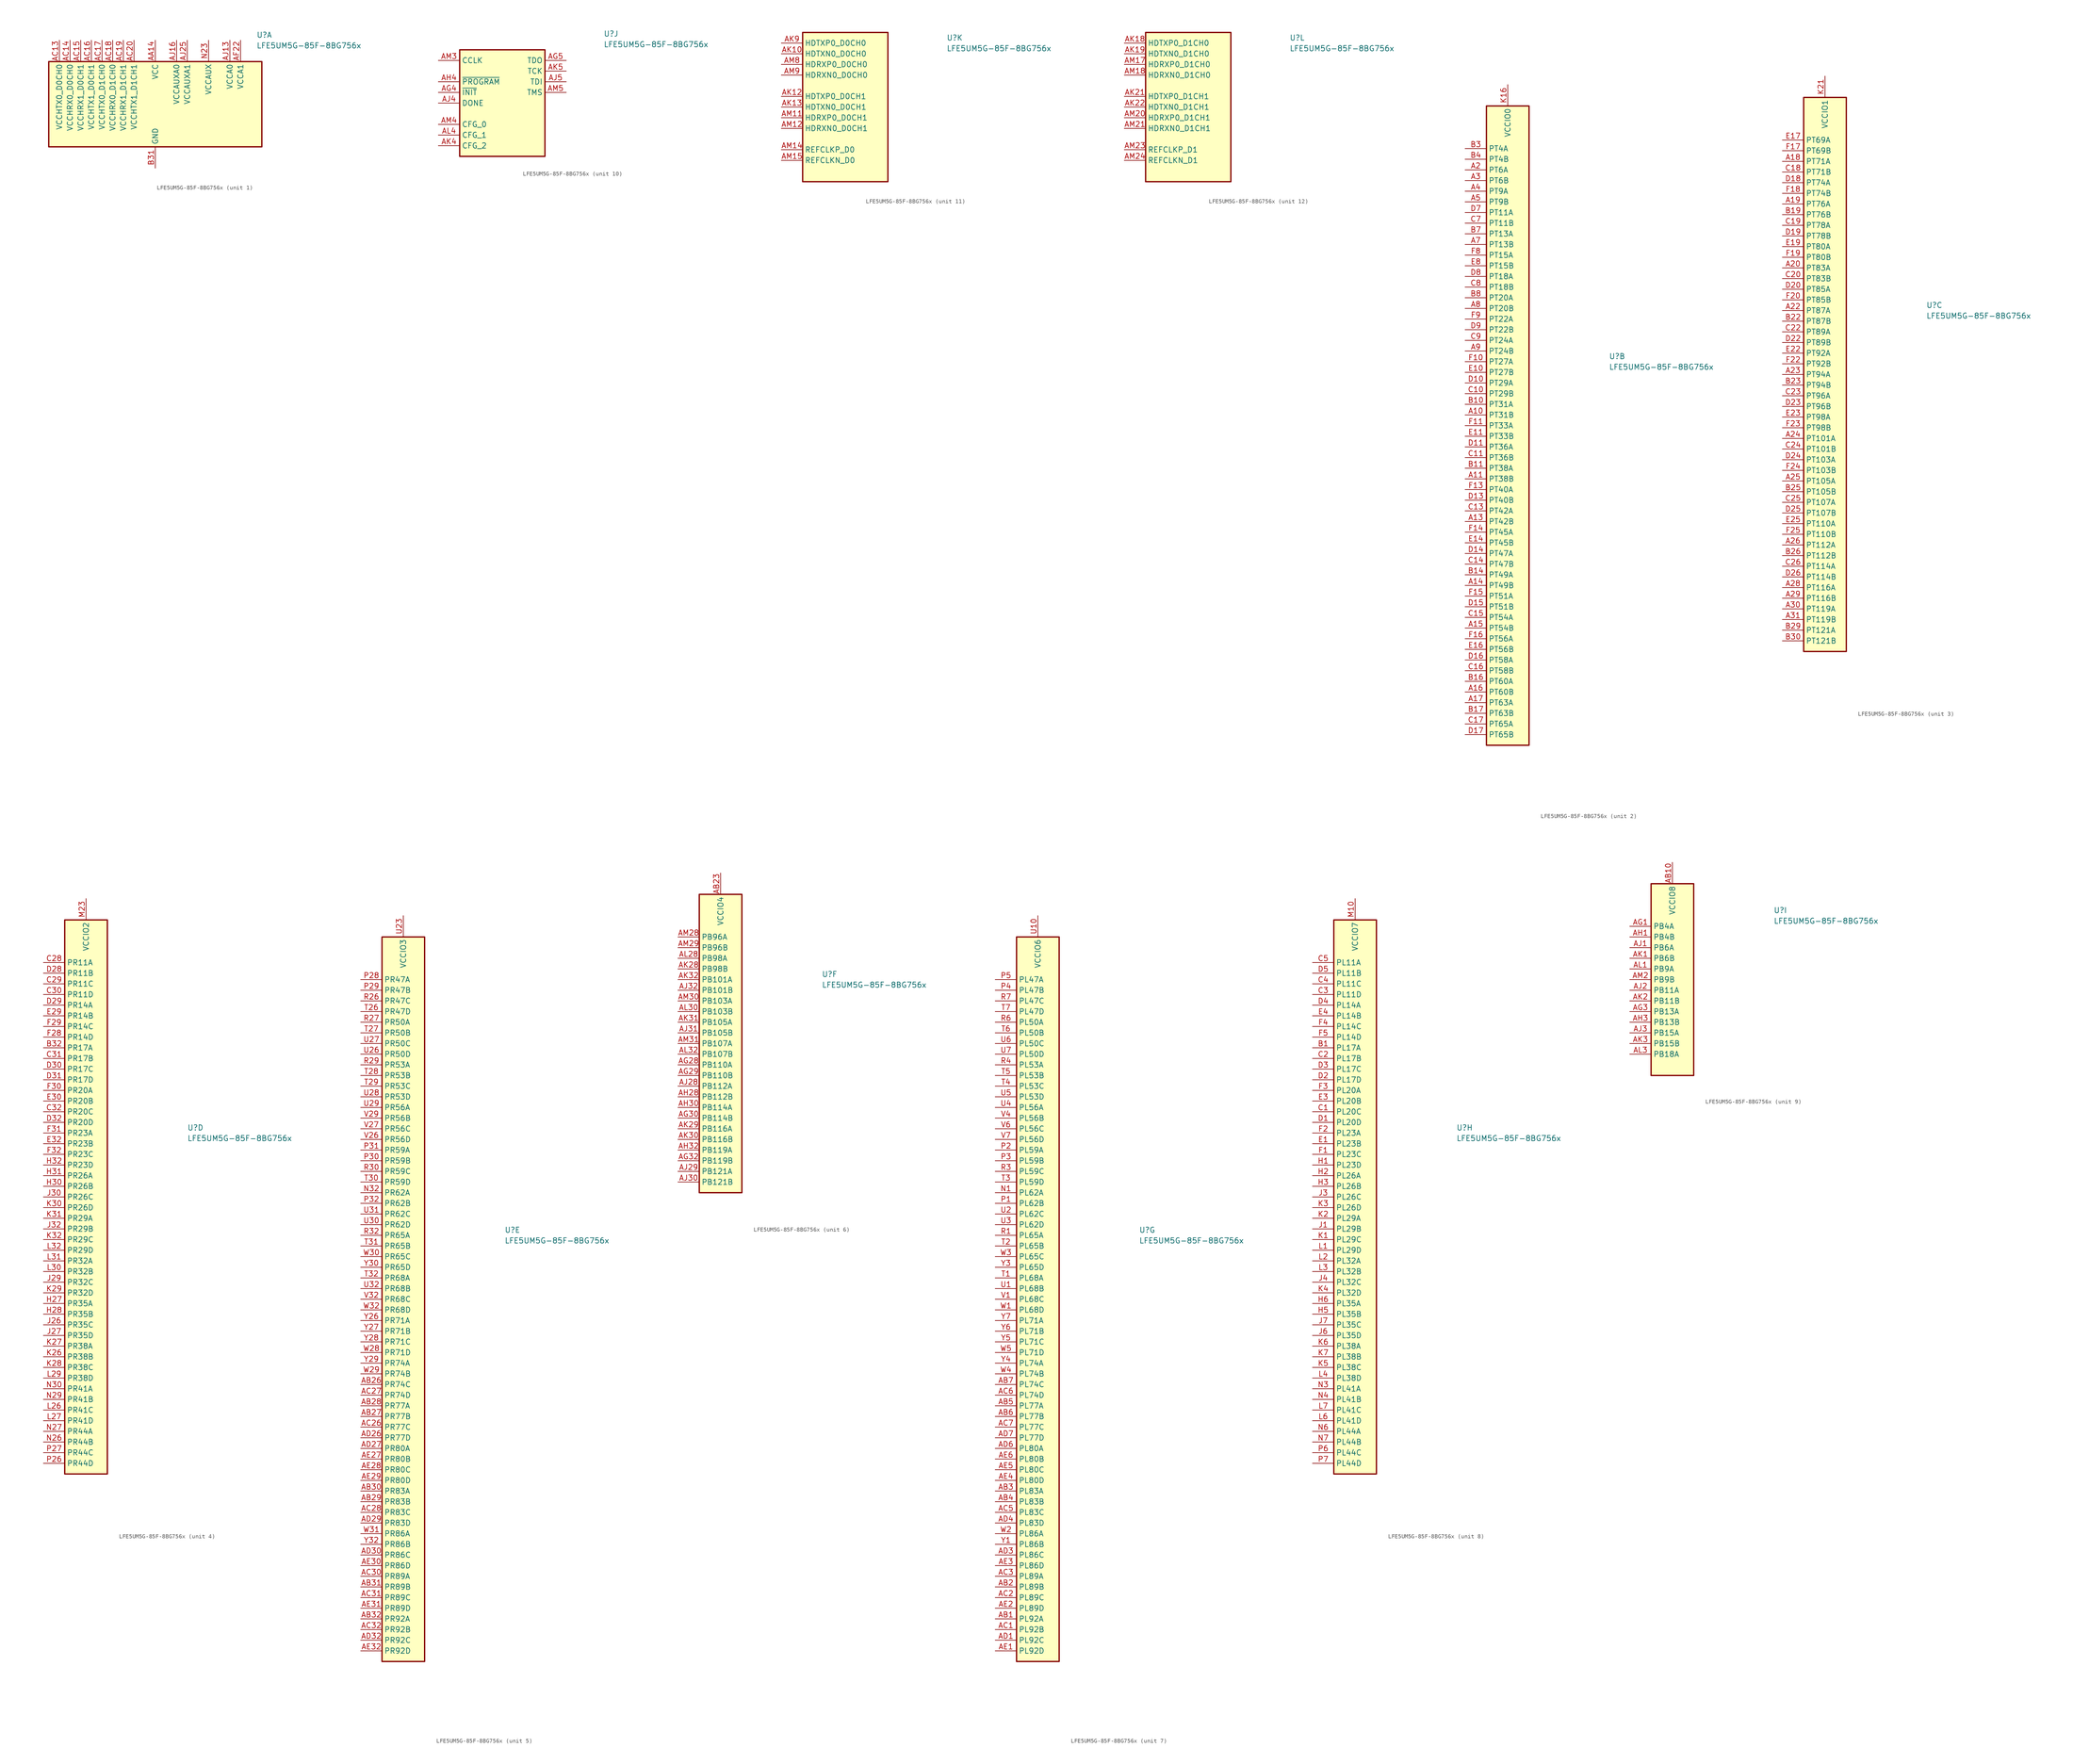
<source format=kicad_sym>
(kicad_symbol_lib
  (version 20201005)
  (generator kicad_symbol_editor)
  (symbol "LFE5UM5G-85F-8BG756x"
    (property "Reference" "U"
      (at 24.13 16.51 0)
      (effects (font (size 1.27 1.27)) (justify left)))
    (property "Value" "LFE5UM5G-85F-8BG756x"
      (at 24.13 13.97 0)
      (effects (font (size 1.27 1.27)) (justify left)))
    (property "ki_locked" ""
      (at 0 0 0)
      (effects (font (size 1.27 1.27))))
    (symbol "LFE5UM5G-85F-8BG756x_1_1"
      (rectangle (start -25.4 10.16) (end 25.4 -10.16) (stroke (width 0.305)) (fill (type background)))
      (pin passive line (at 0 -15.24 90) (length 5.08) hide (name "GND" (effects (font (size 1.27 1.27)))) (number "AA11" (effects (font (size 1.27 1.27)))))
      (pin passive line (at 0 15.24 270) (length 5.08) hide (name "VCC" (effects (font (size 1.27 1.27)))) (number "AA12" (effects (font (size 1.27 1.27)))))
      (pin passive line (at 0 15.24 270) (length 5.08) hide (name "VCC" (effects (font (size 1.27 1.27)))) (number "AA13" (effects (font (size 1.27 1.27)))))
      (pin power_in line (at 0 15.24 270) (length 5.08) (name "VCC" (effects (font (size 1.27 1.27)))) (number "AA14" (effects (font (size 1.27 1.27)))))
      (pin passive line (at 0 15.24 270) (length 5.08) hide (name "VCC" (effects (font (size 1.27 1.27)))) (number "AA15" (effects (font (size 1.27 1.27)))))
      (pin passive line (at 0 15.24 270) (length 5.08) hide (name "VCC" (effects (font (size 1.27 1.27)))) (number "AA16" (effects (font (size 1.27 1.27)))))
      (pin passive line (at 0 15.24 270) (length 5.08) hide (name "VCC" (effects (font (size 1.27 1.27)))) (number "AA17" (effects (font (size 1.27 1.27)))))
      (pin passive line (at 0 15.24 270) (length 5.08) hide (name "VCC" (effects (font (size 1.27 1.27)))) (number "AA18" (effects (font (size 1.27 1.27)))))
      (pin passive line (at 0 15.24 270) (length 5.08) hide (name "VCC" (effects (font (size 1.27 1.27)))) (number "AA19" (effects (font (size 1.27 1.27)))))
      (pin passive line (at 0 15.24 270) (length 5.08) hide (name "VCC" (effects (font (size 1.27 1.27)))) (number "AA20" (effects (font (size 1.27 1.27)))))
      (pin passive line (at 0 15.24 270) (length 5.08) hide (name "VCC" (effects (font (size 1.27 1.27)))) (number "AA21" (effects (font (size 1.27 1.27)))))
      (pin passive line (at 0 -15.24 90) (length 5.08) hide (name "GND" (effects (font (size 1.27 1.27)))) (number "AA22" (effects (font (size 1.27 1.27)))))
      (pin passive line (at 0 -15.24 90) (length 5.08) hide (name "GND" (effects (font (size 1.27 1.27)))) (number "AB11" (effects (font (size 1.27 1.27)))))
      (pin passive line (at 0 -15.24 90) (length 5.08) hide (name "GND" (effects (font (size 1.27 1.27)))) (number "AB12" (effects (font (size 1.27 1.27)))))
      (pin passive line (at 0 -15.24 90) (length 5.08) hide (name "GND" (effects (font (size 1.27 1.27)))) (number "AB13" (effects (font (size 1.27 1.27)))))
      (pin passive line (at 0 -15.24 90) (length 5.08) hide (name "GND" (effects (font (size 1.27 1.27)))) (number "AB14" (effects (font (size 1.27 1.27)))))
      (pin passive line (at 0 -15.24 90) (length 5.08) hide (name "GND" (effects (font (size 1.27 1.27)))) (number "AB15" (effects (font (size 1.27 1.27)))))
      (pin passive line (at 0 -15.24 90) (length 5.08) hide (name "GND" (effects (font (size 1.27 1.27)))) (number "AB16" (effects (font (size 1.27 1.27)))))
      (pin passive line (at 0 -15.24 90) (length 5.08) hide (name "GND" (effects (font (size 1.27 1.27)))) (number "AB17" (effects (font (size 1.27 1.27)))))
      (pin passive line (at 0 -15.24 90) (length 5.08) hide (name "GND" (effects (font (size 1.27 1.27)))) (number "AB18" (effects (font (size 1.27 1.27)))))
      (pin passive line (at 0 -15.24 90) (length 5.08) hide (name "GND" (effects (font (size 1.27 1.27)))) (number "AB19" (effects (font (size 1.27 1.27)))))
      (pin passive line (at 0 -15.24 90) (length 5.08) hide (name "GND" (effects (font (size 1.27 1.27)))) (number "AB20" (effects (font (size 1.27 1.27)))))
      (pin passive line (at 0 -15.24 90) (length 5.08) hide (name "GND" (effects (font (size 1.27 1.27)))) (number "AB21" (effects (font (size 1.27 1.27)))))
      (pin passive line (at 0 -15.24 90) (length 5.08) hide (name "GND" (effects (font (size 1.27 1.27)))) (number "AB22" (effects (font (size 1.27 1.27)))))
      (pin passive line (at 12.7 15.24 270) (length 5.08) hide (name "VCCAUX" (effects (font (size 1.27 1.27)))) (number "AC11" (effects (font (size 1.27 1.27)))))
      (pin passive line (at 0 -15.24 90) (length 5.08) hide (name "GND" (effects (font (size 1.27 1.27)))) (number "AC12" (effects (font (size 1.27 1.27)))))
      (pin power_in line (at -22.86 15.24 270) (length 5.08) (name "VCCHTX0_D0CH0" (effects (font (size 1.27 1.27)))) (number "AC13" (effects (font (size 1.27 1.27)))))
      (pin power_in line (at -20.32 15.24 270) (length 5.08) (name "VCCHRX0_D0CH0" (effects (font (size 1.27 1.27)))) (number "AC14" (effects (font (size 1.27 1.27)))))
      (pin power_in line (at -17.78 15.24 270) (length 5.08) (name "VCCHRX1_D0CH1" (effects (font (size 1.27 1.27)))) (number "AC15" (effects (font (size 1.27 1.27)))))
      (pin power_in line (at -15.24 15.24 270) (length 5.08) (name "VCCHTX1_D0CH1" (effects (font (size 1.27 1.27)))) (number "AC16" (effects (font (size 1.27 1.27)))))
      (pin power_in line (at -12.7 15.24 270) (length 5.08) (name "VCCHTX0_D1CH0" (effects (font (size 1.27 1.27)))) (number "AC17" (effects (font (size 1.27 1.27)))))
      (pin power_in line (at -10.16 15.24 270) (length 5.08) (name "VCCHRX0_D1CH0" (effects (font (size 1.27 1.27)))) (number "AC18" (effects (font (size 1.27 1.27)))))
      (pin power_in line (at -7.62 15.24 270) (length 5.08) (name "VCCHRX1_D1CH1" (effects (font (size 1.27 1.27)))) (number "AC19" (effects (font (size 1.27 1.27)))))
      (pin power_in line (at -5.08 15.24 270) (length 5.08) (name "VCCHTX1_D1CH1" (effects (font (size 1.27 1.27)))) (number "AC20" (effects (font (size 1.27 1.27)))))
      (pin passive line (at 0 -15.24 90) (length 5.08) hide (name "GND" (effects (font (size 1.27 1.27)))) (number "AC21" (effects (font (size 1.27 1.27)))))
      (pin passive line (at 12.7 15.24 270) (length 5.08) hide (name "VCCAUX" (effects (font (size 1.27 1.27)))) (number "AC22" (effects (font (size 1.27 1.27)))))
      (pin no_connect line (at 5.08 -10.16 90) (length 5.08) hide (name "NC" (effects (font (size 1.27 1.27)))) (number "AC29" (effects (font (size 1.27 1.27)))))
      (pin passive line (at 0 -15.24 90) (length 5.08) hide (name "GND" (effects (font (size 1.27 1.27)))) (number "AD2" (effects (font (size 1.27 1.27)))))
      (pin passive line (at 0 -15.24 90) (length 5.08) hide (name "GND" (effects (font (size 1.27 1.27)))) (number "AD28" (effects (font (size 1.27 1.27)))))
      (pin passive line (at 0 -15.24 90) (length 5.08) hide (name "GND" (effects (font (size 1.27 1.27)))) (number "AD31" (effects (font (size 1.27 1.27)))))
      (pin passive line (at 0 -15.24 90) (length 5.08) hide (name "GND" (effects (font (size 1.27 1.27)))) (number "AD5" (effects (font (size 1.27 1.27)))))
      (pin no_connect line (at 22.86 -10.16 90) (length 5.08) hide (name "NC" (effects (font (size 1.27 1.27)))) (number "AE26" (effects (font (size 1.27 1.27)))))
      (pin no_connect line (at 22.86 10.16 270) (length 5.08) hide (name "NC" (effects (font (size 1.27 1.27)))) (number "AE7" (effects (font (size 1.27 1.27)))))
      (pin passive line (at 0 -15.24 90) (length 5.08) hide (name "GND" (effects (font (size 1.27 1.27)))) (number "AF11" (effects (font (size 1.27 1.27)))))
      (pin passive line (at 0 -15.24 90) (length 5.08) hide (name "GND" (effects (font (size 1.27 1.27)))) (number "AF12" (effects (font (size 1.27 1.27)))))
      (pin passive line (at 0 -15.24 90) (length 5.08) hide (name "GND" (effects (font (size 1.27 1.27)))) (number "AF14" (effects (font (size 1.27 1.27)))))
      (pin passive line (at 0 -15.24 90) (length 5.08) hide (name "GND" (effects (font (size 1.27 1.27)))) (number "AF15" (effects (font (size 1.27 1.27)))))
      (pin passive line (at 0 -15.24 90) (length 5.08) hide (name "GND" (effects (font (size 1.27 1.27)))) (number "AF16" (effects (font (size 1.27 1.27)))))
      (pin passive line (at 0 -15.24 90) (length 5.08) hide (name "GND" (effects (font (size 1.27 1.27)))) (number "AF17" (effects (font (size 1.27 1.27)))))
      (pin passive line (at 0 -15.24 90) (length 5.08) hide (name "GND" (effects (font (size 1.27 1.27)))) (number "AF19" (effects (font (size 1.27 1.27)))))
      (pin passive line (at 0 -15.24 90) (length 5.08) hide (name "GND" (effects (font (size 1.27 1.27)))) (number "AF20" (effects (font (size 1.27 1.27)))))
      (pin power_in line (at 20.32 15.24 270) (length 5.08) (name "VCCA1" (effects (font (size 1.27 1.27)))) (number "AF22" (effects (font (size 1.27 1.27)))))
      (pin passive line (at 0 -15.24 90) (length 5.08) hide (name "GND" (effects (font (size 1.27 1.27)))) (number "AF23" (effects (font (size 1.27 1.27)))))
      (pin passive line (at 0 -15.24 90) (length 5.08) hide (name "GND" (effects (font (size 1.27 1.27)))) (number "AG11" (effects (font (size 1.27 1.27)))))
      (pin passive line (at 17.78 15.24 270) (length 5.08) hide (name "VCCA0" (effects (font (size 1.27 1.27)))) (number "AG12" (effects (font (size 1.27 1.27)))))
      (pin passive line (at 0 -15.24 90) (length 5.08) hide (name "GND" (effects (font (size 1.27 1.27)))) (number "AG14" (effects (font (size 1.27 1.27)))))
      (pin passive line (at 0 -15.24 90) (length 5.08) hide (name "GND" (effects (font (size 1.27 1.27)))) (number "AG15" (effects (font (size 1.27 1.27)))))
      (pin passive line (at 0 -15.24 90) (length 5.08) hide (name "GND" (effects (font (size 1.27 1.27)))) (number "AG16" (effects (font (size 1.27 1.27)))))
      (pin passive line (at 0 -15.24 90) (length 5.08) hide (name "GND" (effects (font (size 1.27 1.27)))) (number "AG17" (effects (font (size 1.27 1.27)))))
      (pin passive line (at 20.32 15.24 270) (length 5.08) hide (name "VCCA1" (effects (font (size 1.27 1.27)))) (number "AG19" (effects (font (size 1.27 1.27)))))
      (pin passive line (at 0 -15.24 90) (length 5.08) hide (name "GND" (effects (font (size 1.27 1.27)))) (number "AG20" (effects (font (size 1.27 1.27)))))
      (pin passive line (at 20.32 15.24 270) (length 5.08) hide (name "VCCA1" (effects (font (size 1.27 1.27)))) (number "AG22" (effects (font (size 1.27 1.27)))))
      (pin passive line (at 0 -15.24 90) (length 5.08) hide (name "GND" (effects (font (size 1.27 1.27)))) (number "AG23" (effects (font (size 1.27 1.27)))))
      (pin no_connect line (at -17.78 -10.16 90) (length 5.08) hide (name "NC" (effects (font (size 1.27 1.27)))) (number "AG24" (effects (font (size 1.27 1.27)))))
      (pin no_connect line (at 17.78 -10.16 90) (length 5.08) hide (name "NC" (effects (font (size 1.27 1.27)))) (number "AG31" (effects (font (size 1.27 1.27)))))
      (pin passive line (at 17.78 15.24 270) (length 5.08) hide (name "VCCA0" (effects (font (size 1.27 1.27)))) (number "AG9" (effects (font (size 1.27 1.27)))))
      (pin passive line (at 0 -15.24 90) (length 5.08) hide (name "GND" (effects (font (size 1.27 1.27)))) (number "AH11" (effects (font (size 1.27 1.27)))))
      (pin passive line (at 17.78 15.24 270) (length 5.08) hide (name "VCCA0" (effects (font (size 1.27 1.27)))) (number "AH12" (effects (font (size 1.27 1.27)))))
      (pin passive line (at 0 -15.24 90) (length 5.08) hide (name "GND" (effects (font (size 1.27 1.27)))) (number "AH14" (effects (font (size 1.27 1.27)))))
      (pin passive line (at 0 -15.24 90) (length 5.08) hide (name "GND" (effects (font (size 1.27 1.27)))) (number "AH15" (effects (font (size 1.27 1.27)))))
      (pin passive line (at 0 -15.24 90) (length 5.08) hide (name "GND" (effects (font (size 1.27 1.27)))) (number "AH16" (effects (font (size 1.27 1.27)))))
      (pin passive line (at 0 -15.24 90) (length 5.08) hide (name "GND" (effects (font (size 1.27 1.27)))) (number "AH17" (effects (font (size 1.27 1.27)))))
      (pin passive line (at 20.32 15.24 270) (length 5.08) hide (name "VCCA1" (effects (font (size 1.27 1.27)))) (number "AH19" (effects (font (size 1.27 1.27)))))
      (pin passive line (at 0 -15.24 90) (length 5.08) hide (name "GND" (effects (font (size 1.27 1.27)))) (number "AH2" (effects (font (size 1.27 1.27)))))
      (pin passive line (at 0 -15.24 90) (length 5.08) hide (name "GND" (effects (font (size 1.27 1.27)))) (number "AH20" (effects (font (size 1.27 1.27)))))
      (pin passive line (at 20.32 15.24 270) (length 5.08) hide (name "VCCA1" (effects (font (size 1.27 1.27)))) (number "AH22" (effects (font (size 1.27 1.27)))))
      (pin passive line (at 0 -15.24 90) (length 5.08) hide (name "GND" (effects (font (size 1.27 1.27)))) (number "AH23" (effects (font (size 1.27 1.27)))))
      (pin passive line (at 0 -15.24 90) (length 5.08) hide (name "GND" (effects (font (size 1.27 1.27)))) (number "AH24" (effects (font (size 1.27 1.27)))))
      (pin passive line (at 0 -15.24 90) (length 5.08) hide (name "GND" (effects (font (size 1.27 1.27)))) (number "AH25" (effects (font (size 1.27 1.27)))))
      (pin passive line (at 0 -15.24 90) (length 5.08) hide (name "GND" (effects (font (size 1.27 1.27)))) (number "AH26" (effects (font (size 1.27 1.27)))))
      (pin passive line (at 0 -15.24 90) (length 5.08) hide (name "GND" (effects (font (size 1.27 1.27)))) (number "AH29" (effects (font (size 1.27 1.27)))))
      (pin passive line (at 0 -15.24 90) (length 5.08) hide (name "GND" (effects (font (size 1.27 1.27)))) (number "AH31" (effects (font (size 1.27 1.27)))))
      (pin passive line (at 0 -15.24 90) (length 5.08) hide (name "GND" (effects (font (size 1.27 1.27)))) (number "AH5" (effects (font (size 1.27 1.27)))))
      (pin passive line (at 0 -15.24 90) (length 5.08) hide (name "GND" (effects (font (size 1.27 1.27)))) (number "AH7" (effects (font (size 1.27 1.27)))))
      (pin passive line (at 0 -15.24 90) (length 5.08) hide (name "GND" (effects (font (size 1.27 1.27)))) (number "AH8" (effects (font (size 1.27 1.27)))))
      (pin passive line (at 17.78 15.24 270) (length 5.08) hide (name "VCCA0" (effects (font (size 1.27 1.27)))) (number "AH9" (effects (font (size 1.27 1.27)))))
      (pin passive line (at 17.78 15.24 270) (length 5.08) hide (name "VCCA0" (effects (font (size 1.27 1.27)))) (number "AJ10" (effects (font (size 1.27 1.27)))))
      (pin passive line (at 0 -15.24 90) (length 5.08) hide (name "GND" (effects (font (size 1.27 1.27)))) (number "AJ11" (effects (font (size 1.27 1.27)))))
      (pin passive line (at 17.78 15.24 270) (length 5.08) hide (name "VCCA0" (effects (font (size 1.27 1.27)))) (number "AJ12" (effects (font (size 1.27 1.27)))))
      (pin power_in line (at 17.78 15.24 270) (length 5.08) (name "VCCA0" (effects (font (size 1.27 1.27)))) (number "AJ13" (effects (font (size 1.27 1.27)))))
      (pin passive line (at 0 -15.24 90) (length 5.08) hide (name "GND" (effects (font (size 1.27 1.27)))) (number "AJ14" (effects (font (size 1.27 1.27)))))
      (pin passive line (at 5.08 15.24 270) (length 5.08) hide (name "VCCAUXA0" (effects (font (size 1.27 1.27)))) (number "AJ15" (effects (font (size 1.27 1.27)))))
      (pin power_in line (at 5.08 15.24 270) (length 5.08) (name "VCCAUXA0" (effects (font (size 1.27 1.27)))) (number "AJ16" (effects (font (size 1.27 1.27)))))
      (pin passive line (at 0 -15.24 90) (length 5.08) hide (name "GND" (effects (font (size 1.27 1.27)))) (number "AJ17" (effects (font (size 1.27 1.27)))))
      (pin passive line (at 20.32 15.24 270) (length 5.08) hide (name "VCCA1" (effects (font (size 1.27 1.27)))) (number "AJ18" (effects (font (size 1.27 1.27)))))
      (pin passive line (at 20.32 15.24 270) (length 5.08) hide (name "VCCA1" (effects (font (size 1.27 1.27)))) (number "AJ19" (effects (font (size 1.27 1.27)))))
      (pin passive line (at 0 -15.24 90) (length 5.08) hide (name "GND" (effects (font (size 1.27 1.27)))) (number "AJ20" (effects (font (size 1.27 1.27)))))
      (pin passive line (at 20.32 15.24 270) (length 5.08) hide (name "VCCA1" (effects (font (size 1.27 1.27)))) (number "AJ21" (effects (font (size 1.27 1.27)))))
      (pin passive line (at 20.32 15.24 270) (length 5.08) hide (name "VCCA1" (effects (font (size 1.27 1.27)))) (number "AJ22" (effects (font (size 1.27 1.27)))))
      (pin passive line (at 0 -15.24 90) (length 5.08) hide (name "GND" (effects (font (size 1.27 1.27)))) (number "AJ23" (effects (font (size 1.27 1.27)))))
      (pin passive line (at 7.62 15.24 270) (length 5.08) hide (name "VCCAUXA1" (effects (font (size 1.27 1.27)))) (number "AJ24" (effects (font (size 1.27 1.27)))))
      (pin power_in line (at 7.62 15.24 270) (length 5.08) (name "VCCAUXA1" (effects (font (size 1.27 1.27)))) (number "AJ25" (effects (font (size 1.27 1.27)))))
      (pin passive line (at 0 -15.24 90) (length 5.08) hide (name "GND" (effects (font (size 1.27 1.27)))) (number "AJ26" (effects (font (size 1.27 1.27)))))
      (pin passive line (at 0 -15.24 90) (length 5.08) hide (name "GND" (effects (font (size 1.27 1.27)))) (number "AJ7" (effects (font (size 1.27 1.27)))))
      (pin passive line (at 0 -15.24 90) (length 5.08) hide (name "GND" (effects (font (size 1.27 1.27)))) (number "AJ8" (effects (font (size 1.27 1.27)))))
      (pin passive line (at 17.78 15.24 270) (length 5.08) hide (name "VCCA0" (effects (font (size 1.27 1.27)))) (number "AJ9" (effects (font (size 1.27 1.27)))))
      (pin passive line (at 0 -15.24 90) (length 5.08) hide (name "GND" (effects (font (size 1.27 1.27)))) (number "AK11" (effects (font (size 1.27 1.27)))))
      (pin passive line (at 0 -15.24 90) (length 5.08) hide (name "GND" (effects (font (size 1.27 1.27)))) (number "AK14" (effects (font (size 1.27 1.27)))))
      (pin passive line (at 0 -15.24 90) (length 5.08) hide (name "GND" (effects (font (size 1.27 1.27)))) (number "AK17" (effects (font (size 1.27 1.27)))))
      (pin passive line (at 0 -15.24 90) (length 5.08) hide (name "GND" (effects (font (size 1.27 1.27)))) (number "AK20" (effects (font (size 1.27 1.27)))))
      (pin passive line (at 0 -15.24 90) (length 5.08) hide (name "GND" (effects (font (size 1.27 1.27)))) (number "AK23" (effects (font (size 1.27 1.27)))))
      (pin passive line (at 0 -15.24 90) (length 5.08) hide (name "GND" (effects (font (size 1.27 1.27)))) (number "AK26" (effects (font (size 1.27 1.27)))))
      (pin passive line (at 0 -15.24 90) (length 5.08) hide (name "GND" (effects (font (size 1.27 1.27)))) (number "AK7" (effects (font (size 1.27 1.27)))))
      (pin passive line (at 0 -15.24 90) (length 5.08) hide (name "GND" (effects (font (size 1.27 1.27)))) (number "AK8" (effects (font (size 1.27 1.27)))))
      (pin passive line (at 0 -15.24 90) (length 5.08) hide (name "GND" (effects (font (size 1.27 1.27)))) (number "AL11" (effects (font (size 1.27 1.27)))))
      (pin passive line (at 0 -15.24 90) (length 5.08) hide (name "GND" (effects (font (size 1.27 1.27)))) (number "AL12" (effects (font (size 1.27 1.27)))))
      (pin passive line (at 0 -15.24 90) (length 5.08) hide (name "GND" (effects (font (size 1.27 1.27)))) (number "AL14" (effects (font (size 1.27 1.27)))))
      (pin passive line (at 0 -15.24 90) (length 5.08) hide (name "GND" (effects (font (size 1.27 1.27)))) (number "AL15" (effects (font (size 1.27 1.27)))))
      (pin passive line (at 0 -15.24 90) (length 5.08) hide (name "GND" (effects (font (size 1.27 1.27)))) (number "AL17" (effects (font (size 1.27 1.27)))))
      (pin passive line (at 0 -15.24 90) (length 5.08) hide (name "GND" (effects (font (size 1.27 1.27)))) (number "AL18" (effects (font (size 1.27 1.27)))))
      (pin passive line (at 0 -15.24 90) (length 5.08) hide (name "GND" (effects (font (size 1.27 1.27)))) (number "AL2" (effects (font (size 1.27 1.27)))))
      (pin passive line (at 0 -15.24 90) (length 5.08) hide (name "GND" (effects (font (size 1.27 1.27)))) (number "AL20" (effects (font (size 1.27 1.27)))))
      (pin passive line (at 0 -15.24 90) (length 5.08) hide (name "GND" (effects (font (size 1.27 1.27)))) (number "AL21" (effects (font (size 1.27 1.27)))))
      (pin passive line (at 0 -15.24 90) (length 5.08) hide (name "GND" (effects (font (size 1.27 1.27)))) (number "AL23" (effects (font (size 1.27 1.27)))))
      (pin passive line (at 0 -15.24 90) (length 5.08) hide (name "GND" (effects (font (size 1.27 1.27)))) (number "AL24" (effects (font (size 1.27 1.27)))))
      (pin passive line (at 0 -15.24 90) (length 5.08) hide (name "GND" (effects (font (size 1.27 1.27)))) (number "AL26" (effects (font (size 1.27 1.27)))))
      (pin passive line (at 0 -15.24 90) (length 5.08) hide (name "GND" (effects (font (size 1.27 1.27)))) (number "AL29" (effects (font (size 1.27 1.27)))))
      (pin passive line (at 0 -15.24 90) (length 5.08) hide (name "GND" (effects (font (size 1.27 1.27)))) (number "AL31" (effects (font (size 1.27 1.27)))))
      (pin passive line (at 0 -15.24 90) (length 5.08) hide (name "GND" (effects (font (size 1.27 1.27)))) (number "AL5" (effects (font (size 1.27 1.27)))))
      (pin passive line (at 0 -15.24 90) (length 5.08) hide (name "GND" (effects (font (size 1.27 1.27)))) (number "AL7" (effects (font (size 1.27 1.27)))))
      (pin passive line (at 0 -15.24 90) (length 5.08) hide (name "GND" (effects (font (size 1.27 1.27)))) (number "AL8" (effects (font (size 1.27 1.27)))))
      (pin passive line (at 0 -15.24 90) (length 5.08) hide (name "GND" (effects (font (size 1.27 1.27)))) (number "AL9" (effects (font (size 1.27 1.27)))))
      (pin passive line (at 0 -15.24 90) (length 5.08) hide (name "GND" (effects (font (size 1.27 1.27)))) (number "AM26" (effects (font (size 1.27 1.27)))))
      (pin passive line (at 0 -15.24 90) (length 5.08) hide (name "GND" (effects (font (size 1.27 1.27)))) (number "AM7" (effects (font (size 1.27 1.27)))))
      (pin passive line (at 0 -15.24 90) (length 5.08) hide (name "GND" (effects (font (size 1.27 1.27)))) (number "B13" (effects (font (size 1.27 1.27)))))
      (pin passive line (at 0 -15.24 90) (length 5.08) hide (name "GND" (effects (font (size 1.27 1.27)))) (number "B15" (effects (font (size 1.27 1.27)))))
      (pin passive line (at 0 -15.24 90) (length 5.08) hide (name "GND" (effects (font (size 1.27 1.27)))) (number "B18" (effects (font (size 1.27 1.27)))))
      (pin passive line (at 0 -15.24 90) (length 5.08) hide (name "GND" (effects (font (size 1.27 1.27)))) (number "B2" (effects (font (size 1.27 1.27)))))
      (pin passive line (at 0 -15.24 90) (length 5.08) hide (name "GND" (effects (font (size 1.27 1.27)))) (number "B20" (effects (font (size 1.27 1.27)))))
      (pin passive line (at 0 -15.24 90) (length 5.08) hide (name "GND" (effects (font (size 1.27 1.27)))) (number "B24" (effects (font (size 1.27 1.27)))))
      (pin passive line (at 0 -15.24 90) (length 5.08) hide (name "GND" (effects (font (size 1.27 1.27)))) (number "B28" (effects (font (size 1.27 1.27)))))
      (pin power_in line (at 0 -15.24 90) (length 5.08) (name "GND" (effects (font (size 1.27 1.27)))) (number "B31" (effects (font (size 1.27 1.27)))))
      (pin passive line (at 0 -15.24 90) (length 5.08) hide (name "GND" (effects (font (size 1.27 1.27)))) (number "B5" (effects (font (size 1.27 1.27)))))
      (pin passive line (at 0 -15.24 90) (length 5.08) hide (name "GND" (effects (font (size 1.27 1.27)))) (number "B9" (effects (font (size 1.27 1.27)))))
      (pin passive line (at 0 -15.24 90) (length 5.08) hide (name "GND" (effects (font (size 1.27 1.27)))) (number "E13" (effects (font (size 1.27 1.27)))))
      (pin passive line (at 0 -15.24 90) (length 5.08) hide (name "GND" (effects (font (size 1.27 1.27)))) (number "E15" (effects (font (size 1.27 1.27)))))
      (pin passive line (at 0 -15.24 90) (length 5.08) hide (name "GND" (effects (font (size 1.27 1.27)))) (number "E18" (effects (font (size 1.27 1.27)))))
      (pin passive line (at 0 -15.24 90) (length 5.08) hide (name "GND" (effects (font (size 1.27 1.27)))) (number "E2" (effects (font (size 1.27 1.27)))))
      (pin passive line (at 0 -15.24 90) (length 5.08) hide (name "GND" (effects (font (size 1.27 1.27)))) (number "E20" (effects (font (size 1.27 1.27)))))
      (pin passive line (at 0 -15.24 90) (length 5.08) hide (name "GND" (effects (font (size 1.27 1.27)))) (number "E24" (effects (font (size 1.27 1.27)))))
      (pin no_connect line (at 15.24 10.16 270) (length 5.08) hide (name "NC" (effects (font (size 1.27 1.27)))) (number "E26" (effects (font (size 1.27 1.27)))))
      (pin passive line (at 0 -15.24 90) (length 5.08) hide (name "GND" (effects (font (size 1.27 1.27)))) (number "E28" (effects (font (size 1.27 1.27)))))
      (pin passive line (at 0 -15.24 90) (length 5.08) hide (name "GND" (effects (font (size 1.27 1.27)))) (number "E31" (effects (font (size 1.27 1.27)))))
      (pin passive line (at 0 -15.24 90) (length 5.08) hide (name "GND" (effects (font (size 1.27 1.27)))) (number "E5" (effects (font (size 1.27 1.27)))))
      (pin no_connect line (at 2.54 10.16 270) (length 5.08) hide (name "NC" (effects (font (size 1.27 1.27)))) (number "E7" (effects (font (size 1.27 1.27)))))
      (pin passive line (at 0 -15.24 90) (length 5.08) hide (name "GND" (effects (font (size 1.27 1.27)))) (number "E9" (effects (font (size 1.27 1.27)))))
      (pin no_connect line (at 20.32 -10.16 90) (length 5.08) hide (name "NC" (effects (font (size 1.27 1.27)))) (number "G10" (effects (font (size 1.27 1.27)))))
      (pin no_connect line (at 2.54 -10.16 90) (length 5.08) hide (name "NC" (effects (font (size 1.27 1.27)))) (number "G11" (effects (font (size 1.27 1.27)))))
      (pin no_connect line (at -20.32 -10.16 90) (length 5.08) hide (name "NC" (effects (font (size 1.27 1.27)))) (number "G14" (effects (font (size 1.27 1.27)))))
      (pin no_connect line (at -22.86 -10.16 90) (length 5.08) hide (name "NC" (effects (font (size 1.27 1.27)))) (number "G15" (effects (font (size 1.27 1.27)))))
      (pin no_connect line (at -2.54 -10.16 90) (length 5.08) hide (name "NC" (effects (font (size 1.27 1.27)))) (number "G16" (effects (font (size 1.27 1.27)))))
      (pin no_connect line (at -5.08 -10.16 90) (length 5.08) hide (name "NC" (effects (font (size 1.27 1.27)))) (number "G17" (effects (font (size 1.27 1.27)))))
      (pin no_connect line (at -7.62 -10.16 90) (length 5.08) hide (name "NC" (effects (font (size 1.27 1.27)))) (number "G18" (effects (font (size 1.27 1.27)))))
      (pin no_connect line (at -10.16 -10.16 90) (length 5.08) hide (name "NC" (effects (font (size 1.27 1.27)))) (number "G19" (effects (font (size 1.27 1.27)))))
      (pin no_connect line (at -12.7 -10.16 90) (length 5.08) hide (name "NC" (effects (font (size 1.27 1.27)))) (number "G22" (effects (font (size 1.27 1.27)))))
      (pin no_connect line (at -15.24 -10.16 90) (length 5.08) hide (name "NC" (effects (font (size 1.27 1.27)))) (number "G23" (effects (font (size 1.27 1.27)))))
      (pin no_connect line (at 10.16 10.16 270) (length 5.08) hide (name "NC" (effects (font (size 1.27 1.27)))) (number "G24" (effects (font (size 1.27 1.27)))))
      (pin no_connect line (at -2.54 10.16 270) (length 5.08) hide (name "NC" (effects (font (size 1.27 1.27)))) (number "G9" (effects (font (size 1.27 1.27)))))
      (pin no_connect line (at 12.7 -10.16 90) (length 5.08) hide (name "NC" (effects (font (size 1.27 1.27)))) (number "H29" (effects (font (size 1.27 1.27)))))
      (pin passive line (at 0 -15.24 90) (length 5.08) hide (name "GND" (effects (font (size 1.27 1.27)))) (number "J2" (effects (font (size 1.27 1.27)))))
      (pin passive line (at 0 -15.24 90) (length 5.08) hide (name "GND" (effects (font (size 1.27 1.27)))) (number "J28" (effects (font (size 1.27 1.27)))))
      (pin passive line (at 0 -15.24 90) (length 5.08) hide (name "GND" (effects (font (size 1.27 1.27)))) (number "J31" (effects (font (size 1.27 1.27)))))
      (pin passive line (at 0 -15.24 90) (length 5.08) hide (name "GND" (effects (font (size 1.27 1.27)))) (number "J5" (effects (font (size 1.27 1.27)))))
      (pin passive line (at 0 -15.24 90) (length 5.08) hide (name "GND" (effects (font (size 1.27 1.27)))) (number "K10" (effects (font (size 1.27 1.27)))))
      (pin passive line (at 0 -15.24 90) (length 5.08) hide (name "GND" (effects (font (size 1.27 1.27)))) (number "K11" (effects (font (size 1.27 1.27)))))
      (pin passive line (at 12.7 15.24 270) (length 5.08) hide (name "VCCAUX" (effects (font (size 1.27 1.27)))) (number "K13" (effects (font (size 1.27 1.27)))))
      (pin passive line (at 12.7 15.24 270) (length 5.08) hide (name "VCCAUX" (effects (font (size 1.27 1.27)))) (number "K20" (effects (font (size 1.27 1.27)))))
      (pin passive line (at 0 -15.24 90) (length 5.08) hide (name "GND" (effects (font (size 1.27 1.27)))) (number "K22" (effects (font (size 1.27 1.27)))))
      (pin passive line (at 0 -15.24 90) (length 5.08) hide (name "GND" (effects (font (size 1.27 1.27)))) (number "K23" (effects (font (size 1.27 1.27)))))
      (pin passive line (at 0 -15.24 90) (length 5.08) hide (name "GND" (effects (font (size 1.27 1.27)))) (number "L10" (effects (font (size 1.27 1.27)))))
      (pin passive line (at 0 -15.24 90) (length 5.08) hide (name "GND" (effects (font (size 1.27 1.27)))) (number "L11" (effects (font (size 1.27 1.27)))))
      (pin passive line (at 0 -15.24 90) (length 5.08) hide (name "GND" (effects (font (size 1.27 1.27)))) (number "L12" (effects (font (size 1.27 1.27)))))
      (pin passive line (at 0 -15.24 90) (length 5.08) hide (name "GND" (effects (font (size 1.27 1.27)))) (number "L13" (effects (font (size 1.27 1.27)))))
      (pin passive line (at 0 -15.24 90) (length 5.08) hide (name "GND" (effects (font (size 1.27 1.27)))) (number "L14" (effects (font (size 1.27 1.27)))))
      (pin passive line (at 0 -15.24 90) (length 5.08) hide (name "GND" (effects (font (size 1.27 1.27)))) (number "L15" (effects (font (size 1.27 1.27)))))
      (pin passive line (at 0 -15.24 90) (length 5.08) hide (name "GND" (effects (font (size 1.27 1.27)))) (number "L16" (effects (font (size 1.27 1.27)))))
      (pin passive line (at 0 -15.24 90) (length 5.08) hide (name "GND" (effects (font (size 1.27 1.27)))) (number "L17" (effects (font (size 1.27 1.27)))))
      (pin passive line (at 0 -15.24 90) (length 5.08) hide (name "GND" (effects (font (size 1.27 1.27)))) (number "L18" (effects (font (size 1.27 1.27)))))
      (pin passive line (at 0 -15.24 90) (length 5.08) hide (name "GND" (effects (font (size 1.27 1.27)))) (number "L19" (effects (font (size 1.27 1.27)))))
      (pin passive line (at 0 -15.24 90) (length 5.08) hide (name "GND" (effects (font (size 1.27 1.27)))) (number "L20" (effects (font (size 1.27 1.27)))))
      (pin passive line (at 0 -15.24 90) (length 5.08) hide (name "GND" (effects (font (size 1.27 1.27)))) (number "L21" (effects (font (size 1.27 1.27)))))
      (pin passive line (at 0 -15.24 90) (length 5.08) hide (name "GND" (effects (font (size 1.27 1.27)))) (number "L22" (effects (font (size 1.27 1.27)))))
      (pin passive line (at 0 -15.24 90) (length 5.08) hide (name "GND" (effects (font (size 1.27 1.27)))) (number "L23" (effects (font (size 1.27 1.27)))))
      (pin no_connect line (at 7.62 -10.16 90) (length 5.08) hide (name "NC" (effects (font (size 1.27 1.27)))) (number "L28" (effects (font (size 1.27 1.27)))))
      (pin passive line (at 0 -15.24 90) (length 5.08) hide (name "GND" (effects (font (size 1.27 1.27)))) (number "M11" (effects (font (size 1.27 1.27)))))
      (pin passive line (at 0 15.24 270) (length 5.08) hide (name "VCC" (effects (font (size 1.27 1.27)))) (number "M12" (effects (font (size 1.27 1.27)))))
      (pin passive line (at 0 15.24 270) (length 5.08) hide (name "VCC" (effects (font (size 1.27 1.27)))) (number "M13" (effects (font (size 1.27 1.27)))))
      (pin passive line (at 0 15.24 270) (length 5.08) hide (name "VCC" (effects (font (size 1.27 1.27)))) (number "M14" (effects (font (size 1.27 1.27)))))
      (pin passive line (at 0 15.24 270) (length 5.08) hide (name "VCC" (effects (font (size 1.27 1.27)))) (number "M15" (effects (font (size 1.27 1.27)))))
      (pin passive line (at 0 15.24 270) (length 5.08) hide (name "VCC" (effects (font (size 1.27 1.27)))) (number "M16" (effects (font (size 1.27 1.27)))))
      (pin passive line (at 0 15.24 270) (length 5.08) hide (name "VCC" (effects (font (size 1.27 1.27)))) (number "M17" (effects (font (size 1.27 1.27)))))
      (pin passive line (at 0 15.24 270) (length 5.08) hide (name "VCC" (effects (font (size 1.27 1.27)))) (number "M18" (effects (font (size 1.27 1.27)))))
      (pin passive line (at 0 15.24 270) (length 5.08) hide (name "VCC" (effects (font (size 1.27 1.27)))) (number "M19" (effects (font (size 1.27 1.27)))))
      (pin passive line (at 0 15.24 270) (length 5.08) hide (name "VCC" (effects (font (size 1.27 1.27)))) (number "M20" (effects (font (size 1.27 1.27)))))
      (pin passive line (at 0 15.24 270) (length 5.08) hide (name "VCC" (effects (font (size 1.27 1.27)))) (number "M21" (effects (font (size 1.27 1.27)))))
      (pin passive line (at 0 -15.24 90) (length 5.08) hide (name "GND" (effects (font (size 1.27 1.27)))) (number "M22" (effects (font (size 1.27 1.27)))))
      (pin passive line (at 12.7 15.24 270) (length 5.08) hide (name "VCCAUX" (effects (font (size 1.27 1.27)))) (number "N10" (effects (font (size 1.27 1.27)))))
      (pin passive line (at 0 -15.24 90) (length 5.08) hide (name "GND" (effects (font (size 1.27 1.27)))) (number "N11" (effects (font (size 1.27 1.27)))))
      (pin passive line (at 0 15.24 270) (length 5.08) hide (name "VCC" (effects (font (size 1.27 1.27)))) (number "N12" (effects (font (size 1.27 1.27)))))
      (pin passive line (at 0 -15.24 90) (length 5.08) hide (name "GND" (effects (font (size 1.27 1.27)))) (number "N13" (effects (font (size 1.27 1.27)))))
      (pin passive line (at 0 -15.24 90) (length 5.08) hide (name "GND" (effects (font (size 1.27 1.27)))) (number "N14" (effects (font (size 1.27 1.27)))))
      (pin passive line (at 0 -15.24 90) (length 5.08) hide (name "GND" (effects (font (size 1.27 1.27)))) (number "N15" (effects (font (size 1.27 1.27)))))
      (pin passive line (at 0 -15.24 90) (length 5.08) hide (name "GND" (effects (font (size 1.27 1.27)))) (number "N16" (effects (font (size 1.27 1.27)))))
      (pin passive line (at 0 -15.24 90) (length 5.08) hide (name "GND" (effects (font (size 1.27 1.27)))) (number "N17" (effects (font (size 1.27 1.27)))))
      (pin passive line (at 0 -15.24 90) (length 5.08) hide (name "GND" (effects (font (size 1.27 1.27)))) (number "N18" (effects (font (size 1.27 1.27)))))
      (pin passive line (at 0 -15.24 90) (length 5.08) hide (name "GND" (effects (font (size 1.27 1.27)))) (number "N19" (effects (font (size 1.27 1.27)))))
      (pin passive line (at 0 -15.24 90) (length 5.08) hide (name "GND" (effects (font (size 1.27 1.27)))) (number "N2" (effects (font (size 1.27 1.27)))))
      (pin passive line (at 0 -15.24 90) (length 5.08) hide (name "GND" (effects (font (size 1.27 1.27)))) (number "N20" (effects (font (size 1.27 1.27)))))
      (pin passive line (at 0 15.24 270) (length 5.08) hide (name "VCC" (effects (font (size 1.27 1.27)))) (number "N21" (effects (font (size 1.27 1.27)))))
      (pin passive line (at 0 -15.24 90) (length 5.08) hide (name "GND" (effects (font (size 1.27 1.27)))) (number "N22" (effects (font (size 1.27 1.27)))))
      (pin power_in line (at 12.7 15.24 270) (length 5.08) (name "VCCAUX" (effects (font (size 1.27 1.27)))) (number "N23" (effects (font (size 1.27 1.27)))))
      (pin passive line (at 0 -15.24 90) (length 5.08) hide (name "GND" (effects (font (size 1.27 1.27)))) (number "N28" (effects (font (size 1.27 1.27)))))
      (pin passive line (at 0 -15.24 90) (length 5.08) hide (name "GND" (effects (font (size 1.27 1.27)))) (number "N31" (effects (font (size 1.27 1.27)))))
      (pin passive line (at 0 -15.24 90) (length 5.08) hide (name "GND" (effects (font (size 1.27 1.27)))) (number "N5" (effects (font (size 1.27 1.27)))))
      (pin passive line (at 0 -15.24 90) (length 5.08) hide (name "GND" (effects (font (size 1.27 1.27)))) (number "P11" (effects (font (size 1.27 1.27)))))
      (pin passive line (at 0 15.24 270) (length 5.08) hide (name "VCC" (effects (font (size 1.27 1.27)))) (number "P12" (effects (font (size 1.27 1.27)))))
      (pin passive line (at 0 -15.24 90) (length 5.08) hide (name "GND" (effects (font (size 1.27 1.27)))) (number "P13" (effects (font (size 1.27 1.27)))))
      (pin passive line (at 0 -15.24 90) (length 5.08) hide (name "GND" (effects (font (size 1.27 1.27)))) (number "P14" (effects (font (size 1.27 1.27)))))
      (pin passive line (at 0 -15.24 90) (length 5.08) hide (name "GND" (effects (font (size 1.27 1.27)))) (number "P15" (effects (font (size 1.27 1.27)))))
      (pin passive line (at 0 -15.24 90) (length 5.08) hide (name "GND" (effects (font (size 1.27 1.27)))) (number "P16" (effects (font (size 1.27 1.27)))))
      (pin passive line (at 0 -15.24 90) (length 5.08) hide (name "GND" (effects (font (size 1.27 1.27)))) (number "P17" (effects (font (size 1.27 1.27)))))
      (pin passive line (at 0 -15.24 90) (length 5.08) hide (name "GND" (effects (font (size 1.27 1.27)))) (number "P18" (effects (font (size 1.27 1.27)))))
      (pin passive line (at 0 -15.24 90) (length 5.08) hide (name "GND" (effects (font (size 1.27 1.27)))) (number "P19" (effects (font (size 1.27 1.27)))))
      (pin passive line (at 0 -15.24 90) (length 5.08) hide (name "GND" (effects (font (size 1.27 1.27)))) (number "P20" (effects (font (size 1.27 1.27)))))
      (pin passive line (at 0 15.24 270) (length 5.08) hide (name "VCC" (effects (font (size 1.27 1.27)))) (number "P21" (effects (font (size 1.27 1.27)))))
      (pin passive line (at 0 -15.24 90) (length 5.08) hide (name "GND" (effects (font (size 1.27 1.27)))) (number "P22" (effects (font (size 1.27 1.27)))))
      (pin passive line (at 0 -15.24 90) (length 5.08) hide (name "GND" (effects (font (size 1.27 1.27)))) (number "R11" (effects (font (size 1.27 1.27)))))
      (pin passive line (at 0 15.24 270) (length 5.08) hide (name "VCC" (effects (font (size 1.27 1.27)))) (number "R12" (effects (font (size 1.27 1.27)))))
      (pin passive line (at 0 -15.24 90) (length 5.08) hide (name "GND" (effects (font (size 1.27 1.27)))) (number "R13" (effects (font (size 1.27 1.27)))))
      (pin passive line (at 0 -15.24 90) (length 5.08) hide (name "GND" (effects (font (size 1.27 1.27)))) (number "R14" (effects (font (size 1.27 1.27)))))
      (pin passive line (at 0 -15.24 90) (length 5.08) hide (name "GND" (effects (font (size 1.27 1.27)))) (number "R15" (effects (font (size 1.27 1.27)))))
      (pin passive line (at 0 -15.24 90) (length 5.08) hide (name "GND" (effects (font (size 1.27 1.27)))) (number "R16" (effects (font (size 1.27 1.27)))))
      (pin passive line (at 0 -15.24 90) (length 5.08) hide (name "GND" (effects (font (size 1.27 1.27)))) (number "R17" (effects (font (size 1.27 1.27)))))
      (pin passive line (at 0 -15.24 90) (length 5.08) hide (name "GND" (effects (font (size 1.27 1.27)))) (number "R18" (effects (font (size 1.27 1.27)))))
      (pin passive line (at 0 -15.24 90) (length 5.08) hide (name "GND" (effects (font (size 1.27 1.27)))) (number "R19" (effects (font (size 1.27 1.27)))))
      (pin passive line (at 0 -15.24 90) (length 5.08) hide (name "GND" (effects (font (size 1.27 1.27)))) (number "R2" (effects (font (size 1.27 1.27)))))
      (pin passive line (at 0 -15.24 90) (length 5.08) hide (name "GND" (effects (font (size 1.27 1.27)))) (number "R20" (effects (font (size 1.27 1.27)))))
      (pin passive line (at 0 15.24 270) (length 5.08) hide (name "VCC" (effects (font (size 1.27 1.27)))) (number "R21" (effects (font (size 1.27 1.27)))))
      (pin passive line (at 0 -15.24 90) (length 5.08) hide (name "GND" (effects (font (size 1.27 1.27)))) (number "R22" (effects (font (size 1.27 1.27)))))
      (pin passive line (at 0 -15.24 90) (length 5.08) hide (name "GND" (effects (font (size 1.27 1.27)))) (number "R28" (effects (font (size 1.27 1.27)))))
      (pin passive line (at 0 -15.24 90) (length 5.08) hide (name "GND" (effects (font (size 1.27 1.27)))) (number "R31" (effects (font (size 1.27 1.27)))))
      (pin passive line (at 0 -15.24 90) (length 5.08) hide (name "GND" (effects (font (size 1.27 1.27)))) (number "R5" (effects (font (size 1.27 1.27)))))
      (pin passive line (at 0 -15.24 90) (length 5.08) hide (name "GND" (effects (font (size 1.27 1.27)))) (number "T11" (effects (font (size 1.27 1.27)))))
      (pin passive line (at 0 15.24 270) (length 5.08) hide (name "VCC" (effects (font (size 1.27 1.27)))) (number "T12" (effects (font (size 1.27 1.27)))))
      (pin passive line (at 0 -15.24 90) (length 5.08) hide (name "GND" (effects (font (size 1.27 1.27)))) (number "T13" (effects (font (size 1.27 1.27)))))
      (pin passive line (at 0 -15.24 90) (length 5.08) hide (name "GND" (effects (font (size 1.27 1.27)))) (number "T14" (effects (font (size 1.27 1.27)))))
      (pin passive line (at 0 -15.24 90) (length 5.08) hide (name "GND" (effects (font (size 1.27 1.27)))) (number "T15" (effects (font (size 1.27 1.27)))))
      (pin passive line (at 0 -15.24 90) (length 5.08) hide (name "GND" (effects (font (size 1.27 1.27)))) (number "T16" (effects (font (size 1.27 1.27)))))
      (pin passive line (at 0 -15.24 90) (length 5.08) hide (name "GND" (effects (font (size 1.27 1.27)))) (number "T17" (effects (font (size 1.27 1.27)))))
      (pin passive line (at 0 -15.24 90) (length 5.08) hide (name "GND" (effects (font (size 1.27 1.27)))) (number "T18" (effects (font (size 1.27 1.27)))))
      (pin passive line (at 0 -15.24 90) (length 5.08) hide (name "GND" (effects (font (size 1.27 1.27)))) (number "T19" (effects (font (size 1.27 1.27)))))
      (pin passive line (at 0 -15.24 90) (length 5.08) hide (name "GND" (effects (font (size 1.27 1.27)))) (number "T20" (effects (font (size 1.27 1.27)))))
      (pin passive line (at 0 15.24 270) (length 5.08) hide (name "VCC" (effects (font (size 1.27 1.27)))) (number "T21" (effects (font (size 1.27 1.27)))))
      (pin passive line (at 0 -15.24 90) (length 5.08) hide (name "GND" (effects (font (size 1.27 1.27)))) (number "T22" (effects (font (size 1.27 1.27)))))
      (pin passive line (at 0 -15.24 90) (length 5.08) hide (name "GND" (effects (font (size 1.27 1.27)))) (number "U11" (effects (font (size 1.27 1.27)))))
      (pin passive line (at 0 15.24 270) (length 5.08) hide (name "VCC" (effects (font (size 1.27 1.27)))) (number "U12" (effects (font (size 1.27 1.27)))))
      (pin passive line (at 0 -15.24 90) (length 5.08) hide (name "GND" (effects (font (size 1.27 1.27)))) (number "U13" (effects (font (size 1.27 1.27)))))
      (pin passive line (at 0 -15.24 90) (length 5.08) hide (name "GND" (effects (font (size 1.27 1.27)))) (number "U14" (effects (font (size 1.27 1.27)))))
      (pin passive line (at 0 -15.24 90) (length 5.08) hide (name "GND" (effects (font (size 1.27 1.27)))) (number "U15" (effects (font (size 1.27 1.27)))))
      (pin passive line (at 0 -15.24 90) (length 5.08) hide (name "GND" (effects (font (size 1.27 1.27)))) (number "U16" (effects (font (size 1.27 1.27)))))
      (pin passive line (at 0 -15.24 90) (length 5.08) hide (name "GND" (effects (font (size 1.27 1.27)))) (number "U17" (effects (font (size 1.27 1.27)))))
      (pin passive line (at 0 -15.24 90) (length 5.08) hide (name "GND" (effects (font (size 1.27 1.27)))) (number "U18" (effects (font (size 1.27 1.27)))))
      (pin passive line (at 0 -15.24 90) (length 5.08) hide (name "GND" (effects (font (size 1.27 1.27)))) (number "U19" (effects (font (size 1.27 1.27)))))
      (pin passive line (at 0 -15.24 90) (length 5.08) hide (name "GND" (effects (font (size 1.27 1.27)))) (number "U20" (effects (font (size 1.27 1.27)))))
      (pin passive line (at 0 15.24 270) (length 5.08) hide (name "VCC" (effects (font (size 1.27 1.27)))) (number "U21" (effects (font (size 1.27 1.27)))))
      (pin passive line (at 0 -15.24 90) (length 5.08) hide (name "GND" (effects (font (size 1.27 1.27)))) (number "U22" (effects (font (size 1.27 1.27)))))
      (pin passive line (at 0 -15.24 90) (length 5.08) hide (name "GND" (effects (font (size 1.27 1.27)))) (number "V11" (effects (font (size 1.27 1.27)))))
      (pin passive line (at 0 15.24 270) (length 5.08) hide (name "VCC" (effects (font (size 1.27 1.27)))) (number "V12" (effects (font (size 1.27 1.27)))))
      (pin passive line (at 0 -15.24 90) (length 5.08) hide (name "GND" (effects (font (size 1.27 1.27)))) (number "V13" (effects (font (size 1.27 1.27)))))
      (pin passive line (at 0 -15.24 90) (length 5.08) hide (name "GND" (effects (font (size 1.27 1.27)))) (number "V14" (effects (font (size 1.27 1.27)))))
      (pin passive line (at 0 -15.24 90) (length 5.08) hide (name "GND" (effects (font (size 1.27 1.27)))) (number "V15" (effects (font (size 1.27 1.27)))))
      (pin passive line (at 0 -15.24 90) (length 5.08) hide (name "GND" (effects (font (size 1.27 1.27)))) (number "V16" (effects (font (size 1.27 1.27)))))
      (pin passive line (at 0 -15.24 90) (length 5.08) hide (name "GND" (effects (font (size 1.27 1.27)))) (number "V17" (effects (font (size 1.27 1.27)))))
      (pin passive line (at 0 -15.24 90) (length 5.08) hide (name "GND" (effects (font (size 1.27 1.27)))) (number "V18" (effects (font (size 1.27 1.27)))))
      (pin passive line (at 0 -15.24 90) (length 5.08) hide (name "GND" (effects (font (size 1.27 1.27)))) (number "V19" (effects (font (size 1.27 1.27)))))
      (pin passive line (at 0 -15.24 90) (length 5.08) hide (name "GND" (effects (font (size 1.27 1.27)))) (number "V2" (effects (font (size 1.27 1.27)))))
      (pin passive line (at 0 -15.24 90) (length 5.08) hide (name "GND" (effects (font (size 1.27 1.27)))) (number "V20" (effects (font (size 1.27 1.27)))))
      (pin passive line (at 0 15.24 270) (length 5.08) hide (name "VCC" (effects (font (size 1.27 1.27)))) (number "V21" (effects (font (size 1.27 1.27)))))
      (pin passive line (at 0 -15.24 90) (length 5.08) hide (name "GND" (effects (font (size 1.27 1.27)))) (number "V22" (effects (font (size 1.27 1.27)))))
      (pin passive line (at 0 -15.24 90) (length 5.08) hide (name "GND" (effects (font (size 1.27 1.27)))) (number "V28" (effects (font (size 1.27 1.27)))))
      (pin no_connect line (at 15.24 -10.16 90) (length 5.08) hide (name "NC" (effects (font (size 1.27 1.27)))) (number "V30" (effects (font (size 1.27 1.27)))))
      (pin passive line (at 0 -15.24 90) (length 5.08) hide (name "GND" (effects (font (size 1.27 1.27)))) (number "V31" (effects (font (size 1.27 1.27)))))
      (pin passive line (at 0 -15.24 90) (length 5.08) hide (name "GND" (effects (font (size 1.27 1.27)))) (number "V5" (effects (font (size 1.27 1.27)))))
      (pin passive line (at 0 -15.24 90) (length 5.08) hide (name "GND" (effects (font (size 1.27 1.27)))) (number "W11" (effects (font (size 1.27 1.27)))))
      (pin passive line (at 0 15.24 270) (length 5.08) hide (name "VCC" (effects (font (size 1.27 1.27)))) (number "W12" (effects (font (size 1.27 1.27)))))
      (pin passive line (at 0 -15.24 90) (length 5.08) hide (name "GND" (effects (font (size 1.27 1.27)))) (number "W13" (effects (font (size 1.27 1.27)))))
      (pin passive line (at 0 -15.24 90) (length 5.08) hide (name "GND" (effects (font (size 1.27 1.27)))) (number "W14" (effects (font (size 1.27 1.27)))))
      (pin passive line (at 0 -15.24 90) (length 5.08) hide (name "GND" (effects (font (size 1.27 1.27)))) (number "W15" (effects (font (size 1.27 1.27)))))
      (pin passive line (at 0 -15.24 90) (length 5.08) hide (name "GND" (effects (font (size 1.27 1.27)))) (number "W16" (effects (font (size 1.27 1.27)))))
      (pin passive line (at 0 -15.24 90) (length 5.08) hide (name "GND" (effects (font (size 1.27 1.27)))) (number "W17" (effects (font (size 1.27 1.27)))))
      (pin passive line (at 0 -15.24 90) (length 5.08) hide (name "GND" (effects (font (size 1.27 1.27)))) (number "W18" (effects (font (size 1.27 1.27)))))
      (pin passive line (at 0 -15.24 90) (length 5.08) hide (name "GND" (effects (font (size 1.27 1.27)))) (number "W19" (effects (font (size 1.27 1.27)))))
      (pin passive line (at 0 -15.24 90) (length 5.08) hide (name "GND" (effects (font (size 1.27 1.27)))) (number "W20" (effects (font (size 1.27 1.27)))))
      (pin passive line (at 0 15.24 270) (length 5.08) hide (name "VCC" (effects (font (size 1.27 1.27)))) (number "W21" (effects (font (size 1.27 1.27)))))
      (pin passive line (at 0 -15.24 90) (length 5.08) hide (name "GND" (effects (font (size 1.27 1.27)))) (number "W22" (effects (font (size 1.27 1.27)))))
      (pin no_connect line (at 10.16 -10.16 90) (length 5.08) hide (name "NC" (effects (font (size 1.27 1.27)))) (number "W27" (effects (font (size 1.27 1.27)))))
      (pin passive line (at 12.7 15.24 270) (length 5.08) hide (name "VCCAUX" (effects (font (size 1.27 1.27)))) (number "Y10" (effects (font (size 1.27 1.27)))))
      (pin passive line (at 0 -15.24 90) (length 5.08) hide (name "GND" (effects (font (size 1.27 1.27)))) (number "Y11" (effects (font (size 1.27 1.27)))))
      (pin passive line (at 0 15.24 270) (length 5.08) hide (name "VCC" (effects (font (size 1.27 1.27)))) (number "Y12" (effects (font (size 1.27 1.27)))))
      (pin passive line (at 0 -15.24 90) (length 5.08) hide (name "GND" (effects (font (size 1.27 1.27)))) (number "Y13" (effects (font (size 1.27 1.27)))))
      (pin passive line (at 0 -15.24 90) (length 5.08) hide (name "GND" (effects (font (size 1.27 1.27)))) (number "Y14" (effects (font (size 1.27 1.27)))))
      (pin passive line (at 0 -15.24 90) (length 5.08) hide (name "GND" (effects (font (size 1.27 1.27)))) (number "Y15" (effects (font (size 1.27 1.27)))))
      (pin passive line (at 0 -15.24 90) (length 5.08) hide (name "GND" (effects (font (size 1.27 1.27)))) (number "Y16" (effects (font (size 1.27 1.27)))))
      (pin passive line (at 0 -15.24 90) (length 5.08) hide (name "GND" (effects (font (size 1.27 1.27)))) (number "Y17" (effects (font (size 1.27 1.27)))))
      (pin passive line (at 0 -15.24 90) (length 5.08) hide (name "GND" (effects (font (size 1.27 1.27)))) (number "Y18" (effects (font (size 1.27 1.27)))))
      (pin passive line (at 0 -15.24 90) (length 5.08) hide (name "GND" (effects (font (size 1.27 1.27)))) (number "Y19" (effects (font (size 1.27 1.27)))))
      (pin passive line (at 0 -15.24 90) (length 5.08) hide (name "GND" (effects (font (size 1.27 1.27)))) (number "Y2" (effects (font (size 1.27 1.27)))))
      (pin passive line (at 0 -15.24 90) (length 5.08) hide (name "GND" (effects (font (size 1.27 1.27)))) (number "Y20" (effects (font (size 1.27 1.27)))))
      (pin passive line (at 0 15.24 270) (length 5.08) hide (name "VCC" (effects (font (size 1.27 1.27)))) (number "Y21" (effects (font (size 1.27 1.27)))))
      (pin passive line (at 0 -15.24 90) (length 5.08) hide (name "GND" (effects (font (size 1.27 1.27)))) (number "Y22" (effects (font (size 1.27 1.27)))))
      (pin passive line (at 12.7 15.24 270) (length 5.08) hide (name "VCCAUX" (effects (font (size 1.27 1.27)))) (number "Y23" (effects (font (size 1.27 1.27)))))
      (pin passive line (at 0 -15.24 90) (length 5.08) hide (name "GND" (effects (font (size 1.27 1.27)))) (number "Y31" (effects (font (size 1.27 1.27))))))
    (symbol "LFE5UM5G-85F-8BG756x_2_1"
      (rectangle (start -5.08 76.2) (end 5.08 -76.2) (stroke (width 0.305)) (fill (type background)))
      (pin bidirectional line (at -10.16 2.54 0) (length 5.08) (name "PT31B" (effects (font (size 1.27 1.27)))) (number "A10" (effects (font (size 1.27 1.27)))))
      (pin bidirectional line (at -10.16 -12.7 0) (length 5.08) (name "PT38B" (effects (font (size 1.27 1.27)))) (number "A11" (effects (font (size 1.27 1.27)))))
      (pin bidirectional line (at -10.16 -22.86 0) (length 5.08) (name "PT42B" (effects (font (size 1.27 1.27)))) (number "A13" (effects (font (size 1.27 1.27)))))
      (pin bidirectional line (at -10.16 -38.1 0) (length 5.08) (name "PT49B" (effects (font (size 1.27 1.27)))) (number "A14" (effects (font (size 1.27 1.27)))))
      (pin bidirectional line (at -10.16 -48.26 0) (length 5.08) (name "PT54B" (effects (font (size 1.27 1.27)))) (number "A15" (effects (font (size 1.27 1.27)))))
      (pin bidirectional line (at -10.16 -63.5 0) (length 5.08) (name "PT60B" (effects (font (size 1.27 1.27)))) (number "A16" (effects (font (size 1.27 1.27)))))
      (pin bidirectional line (at -10.16 -66.04 0) (length 5.08) (name "PT63A" (effects (font (size 1.27 1.27)))) (number "A17" (effects (font (size 1.27 1.27)))))
      (pin bidirectional line (at -10.16 60.96 0) (length 5.08) (name "PT6A" (effects (font (size 1.27 1.27)))) (number "A2" (effects (font (size 1.27 1.27)))))
      (pin bidirectional line (at -10.16 58.42 0) (length 5.08) (name "PT6B" (effects (font (size 1.27 1.27)))) (number "A3" (effects (font (size 1.27 1.27)))))
      (pin bidirectional line (at -10.16 55.88 0) (length 5.08) (name "PT9A" (effects (font (size 1.27 1.27)))) (number "A4" (effects (font (size 1.27 1.27)))))
      (pin bidirectional line (at -10.16 53.34 0) (length 5.08) (name "PT9B" (effects (font (size 1.27 1.27)))) (number "A5" (effects (font (size 1.27 1.27)))))
      (pin bidirectional line (at -10.16 43.18 0) (length 5.08) (name "PT13B" (effects (font (size 1.27 1.27)))) (number "A7" (effects (font (size 1.27 1.27)))))
      (pin bidirectional line (at -10.16 27.94 0) (length 5.08) (name "PT20B" (effects (font (size 1.27 1.27)))) (number "A8" (effects (font (size 1.27 1.27)))))
      (pin bidirectional line (at -10.16 17.78 0) (length 5.08) (name "PT24B" (effects (font (size 1.27 1.27)))) (number "A9" (effects (font (size 1.27 1.27)))))
      (pin bidirectional line (at -10.16 5.08 0) (length 5.08) (name "PT31A" (effects (font (size 1.27 1.27)))) (number "B10" (effects (font (size 1.27 1.27)))))
      (pin bidirectional line (at -10.16 -10.16 0) (length 5.08) (name "PT38A" (effects (font (size 1.27 1.27)))) (number "B11" (effects (font (size 1.27 1.27)))))
      (pin bidirectional line (at -10.16 -35.56 0) (length 5.08) (name "PT49A" (effects (font (size 1.27 1.27)))) (number "B14" (effects (font (size 1.27 1.27)))))
      (pin bidirectional line (at -10.16 -60.96 0) (length 5.08) (name "PT60A" (effects (font (size 1.27 1.27)))) (number "B16" (effects (font (size 1.27 1.27)))))
      (pin bidirectional line (at -10.16 -68.58 0) (length 5.08) (name "PT63B" (effects (font (size 1.27 1.27)))) (number "B17" (effects (font (size 1.27 1.27)))))
      (pin bidirectional line (at -10.16 66.04 0) (length 5.08) (name "PT4A" (effects (font (size 1.27 1.27)))) (number "B3" (effects (font (size 1.27 1.27)))))
      (pin bidirectional line (at -10.16 63.5 0) (length 5.08) (name "PT4B" (effects (font (size 1.27 1.27)))) (number "B4" (effects (font (size 1.27 1.27)))))
      (pin bidirectional line (at -10.16 45.72 0) (length 5.08) (name "PT13A" (effects (font (size 1.27 1.27)))) (number "B7" (effects (font (size 1.27 1.27)))))
      (pin bidirectional line (at -10.16 30.48 0) (length 5.08) (name "PT20A" (effects (font (size 1.27 1.27)))) (number "B8" (effects (font (size 1.27 1.27)))))
      (pin bidirectional line (at -10.16 7.62 0) (length 5.08) (name "PT29B" (effects (font (size 1.27 1.27)))) (number "C10" (effects (font (size 1.27 1.27)))))
      (pin bidirectional line (at -10.16 -7.62 0) (length 5.08) (name "PT36B" (effects (font (size 1.27 1.27)))) (number "C11" (effects (font (size 1.27 1.27)))))
      (pin bidirectional line (at -10.16 -20.32 0) (length 5.08) (name "PT42A" (effects (font (size 1.27 1.27)))) (number "C13" (effects (font (size 1.27 1.27)))))
      (pin bidirectional line (at -10.16 -33.02 0) (length 5.08) (name "PT47B" (effects (font (size 1.27 1.27)))) (number "C14" (effects (font (size 1.27 1.27)))))
      (pin bidirectional line (at -10.16 -45.72 0) (length 5.08) (name "PT54A" (effects (font (size 1.27 1.27)))) (number "C15" (effects (font (size 1.27 1.27)))))
      (pin bidirectional line (at -10.16 -58.42 0) (length 5.08) (name "PT58B" (effects (font (size 1.27 1.27)))) (number "C16" (effects (font (size 1.27 1.27)))))
      (pin bidirectional line (at -10.16 -71.12 0) (length 5.08) (name "PT65A" (effects (font (size 1.27 1.27)))) (number "C17" (effects (font (size 1.27 1.27)))))
      (pin bidirectional line (at -10.16 48.26 0) (length 5.08) (name "PT11B" (effects (font (size 1.27 1.27)))) (number "C7" (effects (font (size 1.27 1.27)))))
      (pin bidirectional line (at -10.16 33.02 0) (length 5.08) (name "PT18B" (effects (font (size 1.27 1.27)))) (number "C8" (effects (font (size 1.27 1.27)))))
      (pin bidirectional line (at -10.16 20.32 0) (length 5.08) (name "PT24A" (effects (font (size 1.27 1.27)))) (number "C9" (effects (font (size 1.27 1.27)))))
      (pin bidirectional line (at -10.16 10.16 0) (length 5.08) (name "PT29A" (effects (font (size 1.27 1.27)))) (number "D10" (effects (font (size 1.27 1.27)))))
      (pin bidirectional line (at -10.16 -5.08 0) (length 5.08) (name "PT36A" (effects (font (size 1.27 1.27)))) (number "D11" (effects (font (size 1.27 1.27)))))
      (pin bidirectional line (at -10.16 -17.78 0) (length 5.08) (name "PT40B" (effects (font (size 1.27 1.27)))) (number "D13" (effects (font (size 1.27 1.27)))))
      (pin bidirectional line (at -10.16 -30.48 0) (length 5.08) (name "PT47A" (effects (font (size 1.27 1.27)))) (number "D14" (effects (font (size 1.27 1.27)))))
      (pin bidirectional line (at -10.16 -43.18 0) (length 5.08) (name "PT51B" (effects (font (size 1.27 1.27)))) (number "D15" (effects (font (size 1.27 1.27)))))
      (pin bidirectional line (at -10.16 -55.88 0) (length 5.08) (name "PT58A" (effects (font (size 1.27 1.27)))) (number "D16" (effects (font (size 1.27 1.27)))))
      (pin bidirectional line (at -10.16 -73.66 0) (length 5.08) (name "PT65B" (effects (font (size 1.27 1.27)))) (number "D17" (effects (font (size 1.27 1.27)))))
      (pin bidirectional line (at -10.16 50.8 0) (length 5.08) (name "PT11A" (effects (font (size 1.27 1.27)))) (number "D7" (effects (font (size 1.27 1.27)))))
      (pin bidirectional line (at -10.16 35.56 0) (length 5.08) (name "PT18A" (effects (font (size 1.27 1.27)))) (number "D8" (effects (font (size 1.27 1.27)))))
      (pin bidirectional line (at -10.16 22.86 0) (length 5.08) (name "PT22B" (effects (font (size 1.27 1.27)))) (number "D9" (effects (font (size 1.27 1.27)))))
      (pin bidirectional line (at -10.16 12.7 0) (length 5.08) (name "PT27B" (effects (font (size 1.27 1.27)))) (number "E10" (effects (font (size 1.27 1.27)))))
      (pin bidirectional line (at -10.16 -2.54 0) (length 5.08) (name "PT33B" (effects (font (size 1.27 1.27)))) (number "E11" (effects (font (size 1.27 1.27)))))
      (pin bidirectional line (at -10.16 -27.94 0) (length 5.08) (name "PT45B" (effects (font (size 1.27 1.27)))) (number "E14" (effects (font (size 1.27 1.27)))))
      (pin bidirectional line (at -10.16 -53.34 0) (length 5.08) (name "PT56B" (effects (font (size 1.27 1.27)))) (number "E16" (effects (font (size 1.27 1.27)))))
      (pin bidirectional line (at -10.16 38.1 0) (length 5.08) (name "PT15B" (effects (font (size 1.27 1.27)))) (number "E8" (effects (font (size 1.27 1.27)))))
      (pin bidirectional line (at -10.16 15.24 0) (length 5.08) (name "PT27A" (effects (font (size 1.27 1.27)))) (number "F10" (effects (font (size 1.27 1.27)))))
      (pin bidirectional line (at -10.16 0 0) (length 5.08) (name "PT33A" (effects (font (size 1.27 1.27)))) (number "F11" (effects (font (size 1.27 1.27)))))
      (pin bidirectional line (at -10.16 -15.24 0) (length 5.08) (name "PT40A" (effects (font (size 1.27 1.27)))) (number "F13" (effects (font (size 1.27 1.27)))))
      (pin bidirectional line (at -10.16 -25.4 0) (length 5.08) (name "PT45A" (effects (font (size 1.27 1.27)))) (number "F14" (effects (font (size 1.27 1.27)))))
      (pin bidirectional line (at -10.16 -40.64 0) (length 5.08) (name "PT51A" (effects (font (size 1.27 1.27)))) (number "F15" (effects (font (size 1.27 1.27)))))
      (pin bidirectional line (at -10.16 -50.8 0) (length 5.08) (name "PT56A" (effects (font (size 1.27 1.27)))) (number "F16" (effects (font (size 1.27 1.27)))))
      (pin bidirectional line (at -10.16 40.64 0) (length 5.08) (name "PT15A" (effects (font (size 1.27 1.27)))) (number "F8" (effects (font (size 1.27 1.27)))))
      (pin bidirectional line (at -10.16 25.4 0) (length 5.08) (name "PT22A" (effects (font (size 1.27 1.27)))) (number "F9" (effects (font (size 1.27 1.27)))))
      (pin passive line (at 0 81.28 270) (length 5.08) hide (name "VCCIO0" (effects (font (size 1.27 1.27)))) (number "K12" (effects (font (size 1.27 1.27)))))
      (pin passive line (at 0 81.28 270) (length 5.08) hide (name "VCCIO0" (effects (font (size 1.27 1.27)))) (number "K14" (effects (font (size 1.27 1.27)))))
      (pin passive line (at 0 81.28 270) (length 5.08) hide (name "VCCIO0" (effects (font (size 1.27 1.27)))) (number "K15" (effects (font (size 1.27 1.27)))))
      (pin power_in line (at 0 81.28 270) (length 5.08) (name "VCCIO0" (effects (font (size 1.27 1.27)))) (number "K16" (effects (font (size 1.27 1.27)))))
      (pin no_connect line (at 2.54 76.2 270) (length 5.08) hide (name "NC" (effects (font (size 1.27 1.27)))) (number "W6" (effects (font (size 1.27 1.27))))))
    (symbol "LFE5UM5G-85F-8BG756x_3_1"
      (rectangle (start -5.08 66.04) (end 5.08 -66.04) (stroke (width 0.305)) (fill (type background)))
      (pin bidirectional line (at -10.16 50.8 0) (length 5.08) (name "PT71A" (effects (font (size 1.27 1.27)))) (number "A18" (effects (font (size 1.27 1.27)))))
      (pin bidirectional line (at -10.16 40.64 0) (length 5.08) (name "PT76A" (effects (font (size 1.27 1.27)))) (number "A19" (effects (font (size 1.27 1.27)))))
      (pin bidirectional line (at -10.16 25.4 0) (length 5.08) (name "PT83A" (effects (font (size 1.27 1.27)))) (number "A20" (effects (font (size 1.27 1.27)))))
      (pin bidirectional line (at -10.16 15.24 0) (length 5.08) (name "PT87A" (effects (font (size 1.27 1.27)))) (number "A22" (effects (font (size 1.27 1.27)))))
      (pin bidirectional line (at -10.16 0 0) (length 5.08) (name "PT94A" (effects (font (size 1.27 1.27)))) (number "A23" (effects (font (size 1.27 1.27)))))
      (pin bidirectional line (at -10.16 -15.24 0) (length 5.08) (name "PT101A" (effects (font (size 1.27 1.27)))) (number "A24" (effects (font (size 1.27 1.27)))))
      (pin bidirectional line (at -10.16 -25.4 0) (length 5.08) (name "PT105A" (effects (font (size 1.27 1.27)))) (number "A25" (effects (font (size 1.27 1.27)))))
      (pin bidirectional line (at -10.16 -40.64 0) (length 5.08) (name "PT112A" (effects (font (size 1.27 1.27)))) (number "A26" (effects (font (size 1.27 1.27)))))
      (pin bidirectional line (at -10.16 -50.8 0) (length 5.08) (name "PT116A" (effects (font (size 1.27 1.27)))) (number "A28" (effects (font (size 1.27 1.27)))))
      (pin bidirectional line (at -10.16 -53.34 0) (length 5.08) (name "PT116B" (effects (font (size 1.27 1.27)))) (number "A29" (effects (font (size 1.27 1.27)))))
      (pin bidirectional line (at -10.16 -55.88 0) (length 5.08) (name "PT119A" (effects (font (size 1.27 1.27)))) (number "A30" (effects (font (size 1.27 1.27)))))
      (pin bidirectional line (at -10.16 -58.42 0) (length 5.08) (name "PT119B" (effects (font (size 1.27 1.27)))) (number "A31" (effects (font (size 1.27 1.27)))))
      (pin bidirectional line (at -10.16 38.1 0) (length 5.08) (name "PT76B" (effects (font (size 1.27 1.27)))) (number "B19" (effects (font (size 1.27 1.27)))))
      (pin bidirectional line (at -10.16 12.7 0) (length 5.08) (name "PT87B" (effects (font (size 1.27 1.27)))) (number "B22" (effects (font (size 1.27 1.27)))))
      (pin bidirectional line (at -10.16 -2.54 0) (length 5.08) (name "PT94B" (effects (font (size 1.27 1.27)))) (number "B23" (effects (font (size 1.27 1.27)))))
      (pin bidirectional line (at -10.16 -27.94 0) (length 5.08) (name "PT105B" (effects (font (size 1.27 1.27)))) (number "B25" (effects (font (size 1.27 1.27)))))
      (pin bidirectional line (at -10.16 -43.18 0) (length 5.08) (name "PT112B" (effects (font (size 1.27 1.27)))) (number "B26" (effects (font (size 1.27 1.27)))))
      (pin bidirectional line (at -10.16 -60.96 0) (length 5.08) (name "PT121A" (effects (font (size 1.27 1.27)))) (number "B29" (effects (font (size 1.27 1.27)))))
      (pin bidirectional line (at -10.16 -63.5 0) (length 5.08) (name "PT121B" (effects (font (size 1.27 1.27)))) (number "B30" (effects (font (size 1.27 1.27)))))
      (pin bidirectional line (at -10.16 48.26 0) (length 5.08) (name "PT71B" (effects (font (size 1.27 1.27)))) (number "C18" (effects (font (size 1.27 1.27)))))
      (pin bidirectional line (at -10.16 35.56 0) (length 5.08) (name "PT78A" (effects (font (size 1.27 1.27)))) (number "C19" (effects (font (size 1.27 1.27)))))
      (pin bidirectional line (at -10.16 22.86 0) (length 5.08) (name "PT83B" (effects (font (size 1.27 1.27)))) (number "C20" (effects (font (size 1.27 1.27)))))
      (pin bidirectional line (at -10.16 10.16 0) (length 5.08) (name "PT89A" (effects (font (size 1.27 1.27)))) (number "C22" (effects (font (size 1.27 1.27)))))
      (pin bidirectional line (at -10.16 -5.08 0) (length 5.08) (name "PT96A" (effects (font (size 1.27 1.27)))) (number "C23" (effects (font (size 1.27 1.27)))))
      (pin bidirectional line (at -10.16 -17.78 0) (length 5.08) (name "PT101B" (effects (font (size 1.27 1.27)))) (number "C24" (effects (font (size 1.27 1.27)))))
      (pin bidirectional line (at -10.16 -30.48 0) (length 5.08) (name "PT107A" (effects (font (size 1.27 1.27)))) (number "C25" (effects (font (size 1.27 1.27)))))
      (pin bidirectional line (at -10.16 -45.72 0) (length 5.08) (name "PT114A" (effects (font (size 1.27 1.27)))) (number "C26" (effects (font (size 1.27 1.27)))))
      (pin bidirectional line (at -10.16 45.72 0) (length 5.08) (name "PT74A" (effects (font (size 1.27 1.27)))) (number "D18" (effects (font (size 1.27 1.27)))))
      (pin bidirectional line (at -10.16 33.02 0) (length 5.08) (name "PT78B" (effects (font (size 1.27 1.27)))) (number "D19" (effects (font (size 1.27 1.27)))))
      (pin bidirectional line (at -10.16 20.32 0) (length 5.08) (name "PT85A" (effects (font (size 1.27 1.27)))) (number "D20" (effects (font (size 1.27 1.27)))))
      (pin bidirectional line (at -10.16 7.62 0) (length 5.08) (name "PT89B" (effects (font (size 1.27 1.27)))) (number "D22" (effects (font (size 1.27 1.27)))))
      (pin bidirectional line (at -10.16 -7.62 0) (length 5.08) (name "PT96B" (effects (font (size 1.27 1.27)))) (number "D23" (effects (font (size 1.27 1.27)))))
      (pin bidirectional line (at -10.16 -20.32 0) (length 5.08) (name "PT103A" (effects (font (size 1.27 1.27)))) (number "D24" (effects (font (size 1.27 1.27)))))
      (pin bidirectional line (at -10.16 -33.02 0) (length 5.08) (name "PT107B" (effects (font (size 1.27 1.27)))) (number "D25" (effects (font (size 1.27 1.27)))))
      (pin bidirectional line (at -10.16 -48.26 0) (length 5.08) (name "PT114B" (effects (font (size 1.27 1.27)))) (number "D26" (effects (font (size 1.27 1.27)))))
      (pin bidirectional line (at -10.16 55.88 0) (length 5.08) (name "PT69A" (effects (font (size 1.27 1.27)))) (number "E17" (effects (font (size 1.27 1.27)))))
      (pin bidirectional line (at -10.16 30.48 0) (length 5.08) (name "PT80A" (effects (font (size 1.27 1.27)))) (number "E19" (effects (font (size 1.27 1.27)))))
      (pin bidirectional line (at -10.16 5.08 0) (length 5.08) (name "PT92A" (effects (font (size 1.27 1.27)))) (number "E22" (effects (font (size 1.27 1.27)))))
      (pin bidirectional line (at -10.16 -10.16 0) (length 5.08) (name "PT98A" (effects (font (size 1.27 1.27)))) (number "E23" (effects (font (size 1.27 1.27)))))
      (pin bidirectional line (at -10.16 -35.56 0) (length 5.08) (name "PT110A" (effects (font (size 1.27 1.27)))) (number "E25" (effects (font (size 1.27 1.27)))))
      (pin bidirectional line (at -10.16 53.34 0) (length 5.08) (name "PT69B" (effects (font (size 1.27 1.27)))) (number "F17" (effects (font (size 1.27 1.27)))))
      (pin bidirectional line (at -10.16 43.18 0) (length 5.08) (name "PT74B" (effects (font (size 1.27 1.27)))) (number "F18" (effects (font (size 1.27 1.27)))))
      (pin bidirectional line (at -10.16 27.94 0) (length 5.08) (name "PT80B" (effects (font (size 1.27 1.27)))) (number "F19" (effects (font (size 1.27 1.27)))))
      (pin bidirectional line (at -10.16 17.78 0) (length 5.08) (name "PT85B" (effects (font (size 1.27 1.27)))) (number "F20" (effects (font (size 1.27 1.27)))))
      (pin bidirectional line (at -10.16 2.54 0) (length 5.08) (name "PT92B" (effects (font (size 1.27 1.27)))) (number "F22" (effects (font (size 1.27 1.27)))))
      (pin bidirectional line (at -10.16 -12.7 0) (length 5.08) (name "PT98B" (effects (font (size 1.27 1.27)))) (number "F23" (effects (font (size 1.27 1.27)))))
      (pin bidirectional line (at -10.16 -22.86 0) (length 5.08) (name "PT103B" (effects (font (size 1.27 1.27)))) (number "F24" (effects (font (size 1.27 1.27)))))
      (pin bidirectional line (at -10.16 -38.1 0) (length 5.08) (name "PT110B" (effects (font (size 1.27 1.27)))) (number "F25" (effects (font (size 1.27 1.27)))))
      (pin passive line (at 0 71.12 270) (length 5.08) hide (name "VCCIO1" (effects (font (size 1.27 1.27)))) (number "K17" (effects (font (size 1.27 1.27)))))
      (pin passive line (at 0 71.12 270) (length 5.08) hide (name "VCCIO1" (effects (font (size 1.27 1.27)))) (number "K18" (effects (font (size 1.27 1.27)))))
      (pin passive line (at 0 71.12 270) (length 5.08) hide (name "VCCIO1" (effects (font (size 1.27 1.27)))) (number "K19" (effects (font (size 1.27 1.27)))))
      (pin power_in line (at 0 71.12 270) (length 5.08) (name "VCCIO1" (effects (font (size 1.27 1.27)))) (number "K21" (effects (font (size 1.27 1.27)))))
      (pin no_connect line (at 2.54 66.04 270) (length 5.08) hide (name "NC" (effects (font (size 1.27 1.27)))) (number "L5" (effects (font (size 1.27 1.27))))))
    (symbol "LFE5UM5G-85F-8BG756x_4_1"
      (rectangle (start -5.08 66.04) (end 5.08 -66.04) (stroke (width 0.305)) (fill (type background)))
      (pin bidirectional line (at -10.16 35.56 0) (length 5.08) (name "PR17A" (effects (font (size 1.27 1.27)))) (number "B32" (effects (font (size 1.27 1.27)))))
      (pin bidirectional line (at -10.16 55.88 0) (length 5.08) (name "PR11A" (effects (font (size 1.27 1.27)))) (number "C28" (effects (font (size 1.27 1.27)))))
      (pin bidirectional line (at -10.16 50.8 0) (length 5.08) (name "PR11C" (effects (font (size 1.27 1.27)))) (number "C29" (effects (font (size 1.27 1.27)))))
      (pin bidirectional line (at -10.16 48.26 0) (length 5.08) (name "PR11D" (effects (font (size 1.27 1.27)))) (number "C30" (effects (font (size 1.27 1.27)))))
      (pin bidirectional line (at -10.16 33.02 0) (length 5.08) (name "PR17B" (effects (font (size 1.27 1.27)))) (number "C31" (effects (font (size 1.27 1.27)))))
      (pin bidirectional line (at -10.16 20.32 0) (length 5.08) (name "PR20C" (effects (font (size 1.27 1.27)))) (number "C32" (effects (font (size 1.27 1.27)))))
      (pin bidirectional line (at -10.16 53.34 0) (length 5.08) (name "PR11B" (effects (font (size 1.27 1.27)))) (number "D28" (effects (font (size 1.27 1.27)))))
      (pin bidirectional line (at -10.16 45.72 0) (length 5.08) (name "PR14A" (effects (font (size 1.27 1.27)))) (number "D29" (effects (font (size 1.27 1.27)))))
      (pin bidirectional line (at -10.16 30.48 0) (length 5.08) (name "PR17C" (effects (font (size 1.27 1.27)))) (number "D30" (effects (font (size 1.27 1.27)))))
      (pin bidirectional line (at -10.16 27.94 0) (length 5.08) (name "PR17D" (effects (font (size 1.27 1.27)))) (number "D31" (effects (font (size 1.27 1.27)))))
      (pin bidirectional line (at -10.16 17.78 0) (length 5.08) (name "PR20D" (effects (font (size 1.27 1.27)))) (number "D32" (effects (font (size 1.27 1.27)))))
      (pin bidirectional line (at -10.16 43.18 0) (length 5.08) (name "PR14B" (effects (font (size 1.27 1.27)))) (number "E29" (effects (font (size 1.27 1.27)))))
      (pin bidirectional line (at -10.16 22.86 0) (length 5.08) (name "PR20B" (effects (font (size 1.27 1.27)))) (number "E30" (effects (font (size 1.27 1.27)))))
      (pin bidirectional line (at -10.16 12.7 0) (length 5.08) (name "PR23B" (effects (font (size 1.27 1.27)))) (number "E32" (effects (font (size 1.27 1.27)))))
      (pin bidirectional line (at -10.16 38.1 0) (length 5.08) (name "PR14D" (effects (font (size 1.27 1.27)))) (number "F28" (effects (font (size 1.27 1.27)))))
      (pin bidirectional line (at -10.16 40.64 0) (length 5.08) (name "PR14C" (effects (font (size 1.27 1.27)))) (number "F29" (effects (font (size 1.27 1.27)))))
      (pin bidirectional line (at -10.16 25.4 0) (length 5.08) (name "PR20A" (effects (font (size 1.27 1.27)))) (number "F30" (effects (font (size 1.27 1.27)))))
      (pin bidirectional line (at -10.16 15.24 0) (length 5.08) (name "PR23A" (effects (font (size 1.27 1.27)))) (number "F31" (effects (font (size 1.27 1.27)))))
      (pin bidirectional line (at -10.16 10.16 0) (length 5.08) (name "PR23C" (effects (font (size 1.27 1.27)))) (number "F32" (effects (font (size 1.27 1.27)))))
      (pin bidirectional line (at -10.16 -25.4 0) (length 5.08) (name "PR35A" (effects (font (size 1.27 1.27)))) (number "H27" (effects (font (size 1.27 1.27)))))
      (pin bidirectional line (at -10.16 -27.94 0) (length 5.08) (name "PR35B" (effects (font (size 1.27 1.27)))) (number "H28" (effects (font (size 1.27 1.27)))))
      (pin bidirectional line (at -10.16 2.54 0) (length 5.08) (name "PR26B" (effects (font (size 1.27 1.27)))) (number "H30" (effects (font (size 1.27 1.27)))))
      (pin bidirectional line (at -10.16 5.08 0) (length 5.08) (name "PR26A" (effects (font (size 1.27 1.27)))) (number "H31" (effects (font (size 1.27 1.27)))))
      (pin bidirectional line (at -10.16 7.62 0) (length 5.08) (name "PR23D" (effects (font (size 1.27 1.27)))) (number "H32" (effects (font (size 1.27 1.27)))))
      (pin no_connect line (at 2.54 66.04 270) (length 5.08) hide (name "NC" (effects (font (size 1.27 1.27)))) (number "H4" (effects (font (size 1.27 1.27)))))
      (pin bidirectional line (at -10.16 -30.48 0) (length 5.08) (name "PR35C" (effects (font (size 1.27 1.27)))) (number "J26" (effects (font (size 1.27 1.27)))))
      (pin bidirectional line (at -10.16 -33.02 0) (length 5.08) (name "PR35D" (effects (font (size 1.27 1.27)))) (number "J27" (effects (font (size 1.27 1.27)))))
      (pin bidirectional line (at -10.16 -20.32 0) (length 5.08) (name "PR32C" (effects (font (size 1.27 1.27)))) (number "J29" (effects (font (size 1.27 1.27)))))
      (pin bidirectional line (at -10.16 0 0) (length 5.08) (name "PR26C" (effects (font (size 1.27 1.27)))) (number "J30" (effects (font (size 1.27 1.27)))))
      (pin bidirectional line (at -10.16 -7.62 0) (length 5.08) (name "PR29B" (effects (font (size 1.27 1.27)))) (number "J32" (effects (font (size 1.27 1.27)))))
      (pin bidirectional line (at -10.16 -38.1 0) (length 5.08) (name "PR38B" (effects (font (size 1.27 1.27)))) (number "K26" (effects (font (size 1.27 1.27)))))
      (pin bidirectional line (at -10.16 -35.56 0) (length 5.08) (name "PR38A" (effects (font (size 1.27 1.27)))) (number "K27" (effects (font (size 1.27 1.27)))))
      (pin bidirectional line (at -10.16 -40.64 0) (length 5.08) (name "PR38C" (effects (font (size 1.27 1.27)))) (number "K28" (effects (font (size 1.27 1.27)))))
      (pin bidirectional line (at -10.16 -22.86 0) (length 5.08) (name "PR32D" (effects (font (size 1.27 1.27)))) (number "K29" (effects (font (size 1.27 1.27)))))
      (pin bidirectional line (at -10.16 -2.54 0) (length 5.08) (name "PR26D" (effects (font (size 1.27 1.27)))) (number "K30" (effects (font (size 1.27 1.27)))))
      (pin bidirectional line (at -10.16 -5.08 0) (length 5.08) (name "PR29A" (effects (font (size 1.27 1.27)))) (number "K31" (effects (font (size 1.27 1.27)))))
      (pin bidirectional line (at -10.16 -10.16 0) (length 5.08) (name "PR29C" (effects (font (size 1.27 1.27)))) (number "K32" (effects (font (size 1.27 1.27)))))
      (pin bidirectional line (at -10.16 -50.8 0) (length 5.08) (name "PR41C" (effects (font (size 1.27 1.27)))) (number "L26" (effects (font (size 1.27 1.27)))))
      (pin bidirectional line (at -10.16 -53.34 0) (length 5.08) (name "PR41D" (effects (font (size 1.27 1.27)))) (number "L27" (effects (font (size 1.27 1.27)))))
      (pin bidirectional line (at -10.16 -43.18 0) (length 5.08) (name "PR38D" (effects (font (size 1.27 1.27)))) (number "L29" (effects (font (size 1.27 1.27)))))
      (pin bidirectional line (at -10.16 -17.78 0) (length 5.08) (name "PR32B" (effects (font (size 1.27 1.27)))) (number "L30" (effects (font (size 1.27 1.27)))))
      (pin bidirectional line (at -10.16 -15.24 0) (length 5.08) (name "PR32A" (effects (font (size 1.27 1.27)))) (number "L31" (effects (font (size 1.27 1.27)))))
      (pin bidirectional line (at -10.16 -12.7 0) (length 5.08) (name "PR29D" (effects (font (size 1.27 1.27)))) (number "L32" (effects (font (size 1.27 1.27)))))
      (pin power_in line (at 0 71.12 270) (length 5.08) (name "VCCIO2" (effects (font (size 1.27 1.27)))) (number "M23" (effects (font (size 1.27 1.27)))))
      (pin bidirectional line (at -10.16 -58.42 0) (length 5.08) (name "PR44B" (effects (font (size 1.27 1.27)))) (number "N26" (effects (font (size 1.27 1.27)))))
      (pin bidirectional line (at -10.16 -55.88 0) (length 5.08) (name "PR44A" (effects (font (size 1.27 1.27)))) (number "N27" (effects (font (size 1.27 1.27)))))
      (pin bidirectional line (at -10.16 -48.26 0) (length 5.08) (name "PR41B" (effects (font (size 1.27 1.27)))) (number "N29" (effects (font (size 1.27 1.27)))))
      (pin bidirectional line (at -10.16 -45.72 0) (length 5.08) (name "PR41A" (effects (font (size 1.27 1.27)))) (number "N30" (effects (font (size 1.27 1.27)))))
      (pin passive line (at 0 71.12 270) (length 5.08) hide (name "VCCIO2" (effects (font (size 1.27 1.27)))) (number "P23" (effects (font (size 1.27 1.27)))))
      (pin bidirectional line (at -10.16 -63.5 0) (length 5.08) (name "PR44D" (effects (font (size 1.27 1.27)))) (number "P26" (effects (font (size 1.27 1.27)))))
      (pin bidirectional line (at -10.16 -60.96 0) (length 5.08) (name "PR44C" (effects (font (size 1.27 1.27)))) (number "P27" (effects (font (size 1.27 1.27)))))
      (pin passive line (at 0 71.12 270) (length 5.08) hide (name "VCCIO2" (effects (font (size 1.27 1.27)))) (number "R23" (effects (font (size 1.27 1.27)))))
      (pin passive line (at 0 71.12 270) (length 5.08) hide (name "VCCIO2" (effects (font (size 1.27 1.27)))) (number "T23" (effects (font (size 1.27 1.27))))))
    (symbol "LFE5UM5G-85F-8BG756x_5_1"
      (rectangle (start -5.08 86.36) (end 5.08 -86.36) (stroke (width 0.305)) (fill (type background)))
      (pin passive line (at 0 91.44 270) (length 5.08) hide (name "VCCIO3" (effects (font (size 1.27 1.27)))) (number "AA23" (effects (font (size 1.27 1.27)))))
      (pin bidirectional line (at -10.16 -20.32 0) (length 5.08) (name "PR74C" (effects (font (size 1.27 1.27)))) (number "AB26" (effects (font (size 1.27 1.27)))))
      (pin bidirectional line (at -10.16 -27.94 0) (length 5.08) (name "PR77B" (effects (font (size 1.27 1.27)))) (number "AB27" (effects (font (size 1.27 1.27)))))
      (pin bidirectional line (at -10.16 -25.4 0) (length 5.08) (name "PR77A" (effects (font (size 1.27 1.27)))) (number "AB28" (effects (font (size 1.27 1.27)))))
      (pin bidirectional line (at -10.16 -48.26 0) (length 5.08) (name "PR83B" (effects (font (size 1.27 1.27)))) (number "AB29" (effects (font (size 1.27 1.27)))))
      (pin bidirectional line (at -10.16 -45.72 0) (length 5.08) (name "PR83A" (effects (font (size 1.27 1.27)))) (number "AB30" (effects (font (size 1.27 1.27)))))
      (pin bidirectional line (at -10.16 -68.58 0) (length 5.08) (name "PR89B" (effects (font (size 1.27 1.27)))) (number "AB31" (effects (font (size 1.27 1.27)))))
      (pin bidirectional line (at -10.16 -76.2 0) (length 5.08) (name "PR92A" (effects (font (size 1.27 1.27)))) (number "AB32" (effects (font (size 1.27 1.27)))))
      (pin bidirectional line (at -10.16 -30.48 0) (length 5.08) (name "PR77C" (effects (font (size 1.27 1.27)))) (number "AC26" (effects (font (size 1.27 1.27)))))
      (pin bidirectional line (at -10.16 -22.86 0) (length 5.08) (name "PR74D" (effects (font (size 1.27 1.27)))) (number "AC27" (effects (font (size 1.27 1.27)))))
      (pin bidirectional line (at -10.16 -50.8 0) (length 5.08) (name "PR83C" (effects (font (size 1.27 1.27)))) (number "AC28" (effects (font (size 1.27 1.27)))))
      (pin bidirectional line (at -10.16 -66.04 0) (length 5.08) (name "PR89A" (effects (font (size 1.27 1.27)))) (number "AC30" (effects (font (size 1.27 1.27)))))
      (pin bidirectional line (at -10.16 -71.12 0) (length 5.08) (name "PR89C" (effects (font (size 1.27 1.27)))) (number "AC31" (effects (font (size 1.27 1.27)))))
      (pin bidirectional line (at -10.16 -78.74 0) (length 5.08) (name "PR92B" (effects (font (size 1.27 1.27)))) (number "AC32" (effects (font (size 1.27 1.27)))))
      (pin no_connect line (at 2.54 86.36 270) (length 5.08) hide (name "NC" (effects (font (size 1.27 1.27)))) (number "AC4" (effects (font (size 1.27 1.27)))))
      (pin bidirectional line (at -10.16 -33.02 0) (length 5.08) (name "PR77D" (effects (font (size 1.27 1.27)))) (number "AD26" (effects (font (size 1.27 1.27)))))
      (pin bidirectional line (at -10.16 -35.56 0) (length 5.08) (name "PR80A" (effects (font (size 1.27 1.27)))) (number "AD27" (effects (font (size 1.27 1.27)))))
      (pin bidirectional line (at -10.16 -53.34 0) (length 5.08) (name "PR83D" (effects (font (size 1.27 1.27)))) (number "AD29" (effects (font (size 1.27 1.27)))))
      (pin bidirectional line (at -10.16 -60.96 0) (length 5.08) (name "PR86C" (effects (font (size 1.27 1.27)))) (number "AD30" (effects (font (size 1.27 1.27)))))
      (pin bidirectional line (at -10.16 -81.28 0) (length 5.08) (name "PR92C" (effects (font (size 1.27 1.27)))) (number "AD32" (effects (font (size 1.27 1.27)))))
      (pin bidirectional line (at -10.16 -38.1 0) (length 5.08) (name "PR80B" (effects (font (size 1.27 1.27)))) (number "AE27" (effects (font (size 1.27 1.27)))))
      (pin bidirectional line (at -10.16 -40.64 0) (length 5.08) (name "PR80C" (effects (font (size 1.27 1.27)))) (number "AE28" (effects (font (size 1.27 1.27)))))
      (pin bidirectional line (at -10.16 -43.18 0) (length 5.08) (name "PR80D" (effects (font (size 1.27 1.27)))) (number "AE29" (effects (font (size 1.27 1.27)))))
      (pin bidirectional line (at -10.16 -63.5 0) (length 5.08) (name "PR86D" (effects (font (size 1.27 1.27)))) (number "AE30" (effects (font (size 1.27 1.27)))))
      (pin bidirectional line (at -10.16 -73.66 0) (length 5.08) (name "PR89D" (effects (font (size 1.27 1.27)))) (number "AE31" (effects (font (size 1.27 1.27)))))
      (pin bidirectional line (at -10.16 -83.82 0) (length 5.08) (name "PR92D" (effects (font (size 1.27 1.27)))) (number "AE32" (effects (font (size 1.27 1.27)))))
      (pin bidirectional line (at -10.16 25.4 0) (length 5.08) (name "PR62A" (effects (font (size 1.27 1.27)))) (number "N32" (effects (font (size 1.27 1.27)))))
      (pin bidirectional line (at -10.16 76.2 0) (length 5.08) (name "PR47A" (effects (font (size 1.27 1.27)))) (number "P28" (effects (font (size 1.27 1.27)))))
      (pin bidirectional line (at -10.16 73.66 0) (length 5.08) (name "PR47B" (effects (font (size 1.27 1.27)))) (number "P29" (effects (font (size 1.27 1.27)))))
      (pin bidirectional line (at -10.16 33.02 0) (length 5.08) (name "PR59B" (effects (font (size 1.27 1.27)))) (number "P30" (effects (font (size 1.27 1.27)))))
      (pin bidirectional line (at -10.16 35.56 0) (length 5.08) (name "PR59A" (effects (font (size 1.27 1.27)))) (number "P31" (effects (font (size 1.27 1.27)))))
      (pin bidirectional line (at -10.16 22.86 0) (length 5.08) (name "PR62B" (effects (font (size 1.27 1.27)))) (number "P32" (effects (font (size 1.27 1.27)))))
      (pin bidirectional line (at -10.16 71.12 0) (length 5.08) (name "PR47C" (effects (font (size 1.27 1.27)))) (number "R26" (effects (font (size 1.27 1.27)))))
      (pin bidirectional line (at -10.16 66.04 0) (length 5.08) (name "PR50A" (effects (font (size 1.27 1.27)))) (number "R27" (effects (font (size 1.27 1.27)))))
      (pin bidirectional line (at -10.16 55.88 0) (length 5.08) (name "PR53A" (effects (font (size 1.27 1.27)))) (number "R29" (effects (font (size 1.27 1.27)))))
      (pin bidirectional line (at -10.16 30.48 0) (length 5.08) (name "PR59C" (effects (font (size 1.27 1.27)))) (number "R30" (effects (font (size 1.27 1.27)))))
      (pin bidirectional line (at -10.16 15.24 0) (length 5.08) (name "PR65A" (effects (font (size 1.27 1.27)))) (number "R32" (effects (font (size 1.27 1.27)))))
      (pin bidirectional line (at -10.16 68.58 0) (length 5.08) (name "PR47D" (effects (font (size 1.27 1.27)))) (number "T26" (effects (font (size 1.27 1.27)))))
      (pin bidirectional line (at -10.16 63.5 0) (length 5.08) (name "PR50B" (effects (font (size 1.27 1.27)))) (number "T27" (effects (font (size 1.27 1.27)))))
      (pin bidirectional line (at -10.16 53.34 0) (length 5.08) (name "PR53B" (effects (font (size 1.27 1.27)))) (number "T28" (effects (font (size 1.27 1.27)))))
      (pin bidirectional line (at -10.16 50.8 0) (length 5.08) (name "PR53C" (effects (font (size 1.27 1.27)))) (number "T29" (effects (font (size 1.27 1.27)))))
      (pin bidirectional line (at -10.16 27.94 0) (length 5.08) (name "PR59D" (effects (font (size 1.27 1.27)))) (number "T30" (effects (font (size 1.27 1.27)))))
      (pin bidirectional line (at -10.16 12.7 0) (length 5.08) (name "PR65B" (effects (font (size 1.27 1.27)))) (number "T31" (effects (font (size 1.27 1.27)))))
      (pin bidirectional line (at -10.16 5.08 0) (length 5.08) (name "PR68A" (effects (font (size 1.27 1.27)))) (number "T32" (effects (font (size 1.27 1.27)))))
      (pin power_in line (at 0 91.44 270) (length 5.08) (name "VCCIO3" (effects (font (size 1.27 1.27)))) (number "U23" (effects (font (size 1.27 1.27)))))
      (pin bidirectional line (at -10.16 58.42 0) (length 5.08) (name "PR50D" (effects (font (size 1.27 1.27)))) (number "U26" (effects (font (size 1.27 1.27)))))
      (pin bidirectional line (at -10.16 60.96 0) (length 5.08) (name "PR50C" (effects (font (size 1.27 1.27)))) (number "U27" (effects (font (size 1.27 1.27)))))
      (pin bidirectional line (at -10.16 48.26 0) (length 5.08) (name "PR53D" (effects (font (size 1.27 1.27)))) (number "U28" (effects (font (size 1.27 1.27)))))
      (pin bidirectional line (at -10.16 45.72 0) (length 5.08) (name "PR56A" (effects (font (size 1.27 1.27)))) (number "U29" (effects (font (size 1.27 1.27)))))
      (pin bidirectional line (at -10.16 17.78 0) (length 5.08) (name "PR62D" (effects (font (size 1.27 1.27)))) (number "U30" (effects (font (size 1.27 1.27)))))
      (pin bidirectional line (at -10.16 20.32 0) (length 5.08) (name "PR62C" (effects (font (size 1.27 1.27)))) (number "U31" (effects (font (size 1.27 1.27)))))
      (pin bidirectional line (at -10.16 2.54 0) (length 5.08) (name "PR68B" (effects (font (size 1.27 1.27)))) (number "U32" (effects (font (size 1.27 1.27)))))
      (pin passive line (at 0 91.44 270) (length 5.08) hide (name "VCCIO3" (effects (font (size 1.27 1.27)))) (number "V23" (effects (font (size 1.27 1.27)))))
      (pin bidirectional line (at -10.16 38.1 0) (length 5.08) (name "PR56D" (effects (font (size 1.27 1.27)))) (number "V26" (effects (font (size 1.27 1.27)))))
      (pin bidirectional line (at -10.16 40.64 0) (length 5.08) (name "PR56C" (effects (font (size 1.27 1.27)))) (number "V27" (effects (font (size 1.27 1.27)))))
      (pin bidirectional line (at -10.16 43.18 0) (length 5.08) (name "PR56B" (effects (font (size 1.27 1.27)))) (number "V29" (effects (font (size 1.27 1.27)))))
      (pin bidirectional line (at -10.16 0 0) (length 5.08) (name "PR68C" (effects (font (size 1.27 1.27)))) (number "V32" (effects (font (size 1.27 1.27)))))
      (pin passive line (at 0 91.44 270) (length 5.08) hide (name "VCCIO3" (effects (font (size 1.27 1.27)))) (number "W23" (effects (font (size 1.27 1.27)))))
      (pin bidirectional line (at -10.16 -12.7 0) (length 5.08) (name "PR71D" (effects (font (size 1.27 1.27)))) (number "W28" (effects (font (size 1.27 1.27)))))
      (pin bidirectional line (at -10.16 -17.78 0) (length 5.08) (name "PR74B" (effects (font (size 1.27 1.27)))) (number "W29" (effects (font (size 1.27 1.27)))))
      (pin bidirectional line (at -10.16 10.16 0) (length 5.08) (name "PR65C" (effects (font (size 1.27 1.27)))) (number "W30" (effects (font (size 1.27 1.27)))))
      (pin bidirectional line (at -10.16 -55.88 0) (length 5.08) (name "PR86A" (effects (font (size 1.27 1.27)))) (number "W31" (effects (font (size 1.27 1.27)))))
      (pin bidirectional line (at -10.16 -2.54 0) (length 5.08) (name "PR68D" (effects (font (size 1.27 1.27)))) (number "W32" (effects (font (size 1.27 1.27)))))
      (pin bidirectional line (at -10.16 -5.08 0) (length 5.08) (name "PR71A" (effects (font (size 1.27 1.27)))) (number "Y26" (effects (font (size 1.27 1.27)))))
      (pin bidirectional line (at -10.16 -7.62 0) (length 5.08) (name "PR71B" (effects (font (size 1.27 1.27)))) (number "Y27" (effects (font (size 1.27 1.27)))))
      (pin bidirectional line (at -10.16 -10.16 0) (length 5.08) (name "PR71C" (effects (font (size 1.27 1.27)))) (number "Y28" (effects (font (size 1.27 1.27)))))
      (pin bidirectional line (at -10.16 -15.24 0) (length 5.08) (name "PR74A" (effects (font (size 1.27 1.27)))) (number "Y29" (effects (font (size 1.27 1.27)))))
      (pin bidirectional line (at -10.16 7.62 0) (length 5.08) (name "PR65D" (effects (font (size 1.27 1.27)))) (number "Y30" (effects (font (size 1.27 1.27)))))
      (pin bidirectional line (at -10.16 -58.42 0) (length 5.08) (name "PR86B" (effects (font (size 1.27 1.27)))) (number "Y32" (effects (font (size 1.27 1.27))))))
    (symbol "LFE5UM5G-85F-8BG756x_6_1"
      (rectangle (start -5.08 35.56) (end 5.08 -35.56) (stroke (width 0.305)) (fill (type background)))
      (pin power_in line (at 0 40.64 270) (length 5.08) (name "VCCIO4" (effects (font (size 1.27 1.27)))) (number "AB23" (effects (font (size 1.27 1.27)))))
      (pin passive line (at 0 40.64 270) (length 5.08) hide (name "VCCIO4" (effects (font (size 1.27 1.27)))) (number "AC23" (effects (font (size 1.27 1.27)))))
      (pin bidirectional line (at -10.16 -5.08 0) (length 5.08) (name "PB110A" (effects (font (size 1.27 1.27)))) (number "AG28" (effects (font (size 1.27 1.27)))))
      (pin bidirectional line (at -10.16 -7.62 0) (length 5.08) (name "PB110B" (effects (font (size 1.27 1.27)))) (number "AG29" (effects (font (size 1.27 1.27)))))
      (pin bidirectional line (at -10.16 -17.78 0) (length 5.08) (name "PB114B" (effects (font (size 1.27 1.27)))) (number "AG30" (effects (font (size 1.27 1.27)))))
      (pin bidirectional line (at -10.16 -27.94 0) (length 5.08) (name "PB119B" (effects (font (size 1.27 1.27)))) (number "AG32" (effects (font (size 1.27 1.27)))))
      (pin bidirectional line (at -10.16 -12.7 0) (length 5.08) (name "PB112B" (effects (font (size 1.27 1.27)))) (number "AH28" (effects (font (size 1.27 1.27)))))
      (pin bidirectional line (at -10.16 -15.24 0) (length 5.08) (name "PB114A" (effects (font (size 1.27 1.27)))) (number "AH30" (effects (font (size 1.27 1.27)))))
      (pin bidirectional line (at -10.16 -25.4 0) (length 5.08) (name "PB119A" (effects (font (size 1.27 1.27)))) (number "AH32" (effects (font (size 1.27 1.27)))))
      (pin bidirectional line (at -10.16 -10.16 0) (length 5.08) (name "PB112A" (effects (font (size 1.27 1.27)))) (number "AJ28" (effects (font (size 1.27 1.27)))))
      (pin bidirectional line (at -10.16 -30.48 0) (length 5.08) (name "PB121A" (effects (font (size 1.27 1.27)))) (number "AJ29" (effects (font (size 1.27 1.27)))))
      (pin bidirectional line (at -10.16 -33.02 0) (length 5.08) (name "PB121B" (effects (font (size 1.27 1.27)))) (number "AJ30" (effects (font (size 1.27 1.27)))))
      (pin bidirectional line (at -10.16 2.54 0) (length 5.08) (name "PB105B" (effects (font (size 1.27 1.27)))) (number "AJ31" (effects (font (size 1.27 1.27)))))
      (pin bidirectional line (at -10.16 12.7 0) (length 5.08) (name "PB101B" (effects (font (size 1.27 1.27)))) (number "AJ32" (effects (font (size 1.27 1.27)))))
      (pin bidirectional line (at -10.16 17.78 0) (length 5.08) (name "PB98B" (effects (font (size 1.27 1.27)))) (number "AK28" (effects (font (size 1.27 1.27)))))
      (pin bidirectional line (at -10.16 -20.32 0) (length 5.08) (name "PB116A" (effects (font (size 1.27 1.27)))) (number "AK29" (effects (font (size 1.27 1.27)))))
      (pin bidirectional line (at -10.16 -22.86 0) (length 5.08) (name "PB116B" (effects (font (size 1.27 1.27)))) (number "AK30" (effects (font (size 1.27 1.27)))))
      (pin bidirectional line (at -10.16 5.08 0) (length 5.08) (name "PB105A" (effects (font (size 1.27 1.27)))) (number "AK31" (effects (font (size 1.27 1.27)))))
      (pin bidirectional line (at -10.16 15.24 0) (length 5.08) (name "PB101A" (effects (font (size 1.27 1.27)))) (number "AK32" (effects (font (size 1.27 1.27)))))
      (pin bidirectional line (at -10.16 20.32 0) (length 5.08) (name "PB98A" (effects (font (size 1.27 1.27)))) (number "AL28" (effects (font (size 1.27 1.27)))))
      (pin bidirectional line (at -10.16 7.62 0) (length 5.08) (name "PB103B" (effects (font (size 1.27 1.27)))) (number "AL30" (effects (font (size 1.27 1.27)))))
      (pin bidirectional line (at -10.16 -2.54 0) (length 5.08) (name "PB107B" (effects (font (size 1.27 1.27)))) (number "AL32" (effects (font (size 1.27 1.27)))))
      (pin bidirectional line (at -10.16 25.4 0) (length 5.08) (name "PB96A" (effects (font (size 1.27 1.27)))) (number "AM28" (effects (font (size 1.27 1.27)))))
      (pin bidirectional line (at -10.16 22.86 0) (length 5.08) (name "PB96B" (effects (font (size 1.27 1.27)))) (number "AM29" (effects (font (size 1.27 1.27)))))
      (pin bidirectional line (at -10.16 10.16 0) (length 5.08) (name "PB103A" (effects (font (size 1.27 1.27)))) (number "AM30" (effects (font (size 1.27 1.27)))))
      (pin bidirectional line (at -10.16 0 0) (length 5.08) (name "PB107A" (effects (font (size 1.27 1.27)))) (number "AM31" (effects (font (size 1.27 1.27)))))
      (pin no_connect line (at 2.54 35.56 270) (length 5.08) hide (name "NC" (effects (font (size 1.27 1.27)))) (number "V3" (effects (font (size 1.27 1.27))))))
    (symbol "LFE5UM5G-85F-8BG756x_7_1"
      (rectangle (start -5.08 86.36) (end 5.08 -86.36) (stroke (width 0.305)) (fill (type background)))
      (pin passive line (at 0 91.44 270) (length 5.08) hide (name "VCCIO6" (effects (font (size 1.27 1.27)))) (number "AA10" (effects (font (size 1.27 1.27)))))
      (pin bidirectional line (at -10.16 -76.2 0) (length 5.08) (name "PL92A" (effects (font (size 1.27 1.27)))) (number "AB1" (effects (font (size 1.27 1.27)))))
      (pin bidirectional line (at -10.16 -68.58 0) (length 5.08) (name "PL89B" (effects (font (size 1.27 1.27)))) (number "AB2" (effects (font (size 1.27 1.27)))))
      (pin bidirectional line (at -10.16 -45.72 0) (length 5.08) (name "PL83A" (effects (font (size 1.27 1.27)))) (number "AB3" (effects (font (size 1.27 1.27)))))
      (pin bidirectional line (at -10.16 -48.26 0) (length 5.08) (name "PL83B" (effects (font (size 1.27 1.27)))) (number "AB4" (effects (font (size 1.27 1.27)))))
      (pin bidirectional line (at -10.16 -25.4 0) (length 5.08) (name "PL77A" (effects (font (size 1.27 1.27)))) (number "AB5" (effects (font (size 1.27 1.27)))))
      (pin bidirectional line (at -10.16 -27.94 0) (length 5.08) (name "PL77B" (effects (font (size 1.27 1.27)))) (number "AB6" (effects (font (size 1.27 1.27)))))
      (pin bidirectional line (at -10.16 -20.32 0) (length 5.08) (name "PL74C" (effects (font (size 1.27 1.27)))) (number "AB7" (effects (font (size 1.27 1.27)))))
      (pin bidirectional line (at -10.16 -78.74 0) (length 5.08) (name "PL92B" (effects (font (size 1.27 1.27)))) (number "AC1" (effects (font (size 1.27 1.27)))))
      (pin bidirectional line (at -10.16 -71.12 0) (length 5.08) (name "PL89C" (effects (font (size 1.27 1.27)))) (number "AC2" (effects (font (size 1.27 1.27)))))
      (pin bidirectional line (at -10.16 -66.04 0) (length 5.08) (name "PL89A" (effects (font (size 1.27 1.27)))) (number "AC3" (effects (font (size 1.27 1.27)))))
      (pin bidirectional line (at -10.16 -50.8 0) (length 5.08) (name "PL83C" (effects (font (size 1.27 1.27)))) (number "AC5" (effects (font (size 1.27 1.27)))))
      (pin bidirectional line (at -10.16 -22.86 0) (length 5.08) (name "PL74D" (effects (font (size 1.27 1.27)))) (number "AC6" (effects (font (size 1.27 1.27)))))
      (pin bidirectional line (at -10.16 -30.48 0) (length 5.08) (name "PL77C" (effects (font (size 1.27 1.27)))) (number "AC7" (effects (font (size 1.27 1.27)))))
      (pin bidirectional line (at -10.16 -81.28 0) (length 5.08) (name "PL92C" (effects (font (size 1.27 1.27)))) (number "AD1" (effects (font (size 1.27 1.27)))))
      (pin bidirectional line (at -10.16 -60.96 0) (length 5.08) (name "PL86C" (effects (font (size 1.27 1.27)))) (number "AD3" (effects (font (size 1.27 1.27)))))
      (pin bidirectional line (at -10.16 -53.34 0) (length 5.08) (name "PL83D" (effects (font (size 1.27 1.27)))) (number "AD4" (effects (font (size 1.27 1.27)))))
      (pin bidirectional line (at -10.16 -35.56 0) (length 5.08) (name "PL80A" (effects (font (size 1.27 1.27)))) (number "AD6" (effects (font (size 1.27 1.27)))))
      (pin bidirectional line (at -10.16 -33.02 0) (length 5.08) (name "PL77D" (effects (font (size 1.27 1.27)))) (number "AD7" (effects (font (size 1.27 1.27)))))
      (pin bidirectional line (at -10.16 -83.82 0) (length 5.08) (name "PL92D" (effects (font (size 1.27 1.27)))) (number "AE1" (effects (font (size 1.27 1.27)))))
      (pin bidirectional line (at -10.16 -73.66 0) (length 5.08) (name "PL89D" (effects (font (size 1.27 1.27)))) (number "AE2" (effects (font (size 1.27 1.27)))))
      (pin bidirectional line (at -10.16 -63.5 0) (length 5.08) (name "PL86D" (effects (font (size 1.27 1.27)))) (number "AE3" (effects (font (size 1.27 1.27)))))
      (pin bidirectional line (at -10.16 -43.18 0) (length 5.08) (name "PL80D" (effects (font (size 1.27 1.27)))) (number "AE4" (effects (font (size 1.27 1.27)))))
      (pin bidirectional line (at -10.16 -40.64 0) (length 5.08) (name "PL80C" (effects (font (size 1.27 1.27)))) (number "AE5" (effects (font (size 1.27 1.27)))))
      (pin bidirectional line (at -10.16 -38.1 0) (length 5.08) (name "PL80B" (effects (font (size 1.27 1.27)))) (number "AE6" (effects (font (size 1.27 1.27)))))
      (pin no_connect line (at 2.54 86.36 270) (length 5.08) hide (name "NC" (effects (font (size 1.27 1.27)))) (number "AG2" (effects (font (size 1.27 1.27)))))
      (pin bidirectional line (at -10.16 25.4 0) (length 5.08) (name "PL62A" (effects (font (size 1.27 1.27)))) (number "N1" (effects (font (size 1.27 1.27)))))
      (pin bidirectional line (at -10.16 22.86 0) (length 5.08) (name "PL62B" (effects (font (size 1.27 1.27)))) (number "P1" (effects (font (size 1.27 1.27)))))
      (pin bidirectional line (at -10.16 35.56 0) (length 5.08) (name "PL59A" (effects (font (size 1.27 1.27)))) (number "P2" (effects (font (size 1.27 1.27)))))
      (pin bidirectional line (at -10.16 33.02 0) (length 5.08) (name "PL59B" (effects (font (size 1.27 1.27)))) (number "P3" (effects (font (size 1.27 1.27)))))
      (pin bidirectional line (at -10.16 73.66 0) (length 5.08) (name "PL47B" (effects (font (size 1.27 1.27)))) (number "P4" (effects (font (size 1.27 1.27)))))
      (pin bidirectional line (at -10.16 76.2 0) (length 5.08) (name "PL47A" (effects (font (size 1.27 1.27)))) (number "P5" (effects (font (size 1.27 1.27)))))
      (pin bidirectional line (at -10.16 15.24 0) (length 5.08) (name "PL65A" (effects (font (size 1.27 1.27)))) (number "R1" (effects (font (size 1.27 1.27)))))
      (pin bidirectional line (at -10.16 30.48 0) (length 5.08) (name "PL59C" (effects (font (size 1.27 1.27)))) (number "R3" (effects (font (size 1.27 1.27)))))
      (pin bidirectional line (at -10.16 55.88 0) (length 5.08) (name "PL53A" (effects (font (size 1.27 1.27)))) (number "R4" (effects (font (size 1.27 1.27)))))
      (pin bidirectional line (at -10.16 66.04 0) (length 5.08) (name "PL50A" (effects (font (size 1.27 1.27)))) (number "R6" (effects (font (size 1.27 1.27)))))
      (pin bidirectional line (at -10.16 71.12 0) (length 5.08) (name "PL47C" (effects (font (size 1.27 1.27)))) (number "R7" (effects (font (size 1.27 1.27)))))
      (pin bidirectional line (at -10.16 5.08 0) (length 5.08) (name "PL68A" (effects (font (size 1.27 1.27)))) (number "T1" (effects (font (size 1.27 1.27)))))
      (pin bidirectional line (at -10.16 12.7 0) (length 5.08) (name "PL65B" (effects (font (size 1.27 1.27)))) (number "T2" (effects (font (size 1.27 1.27)))))
      (pin bidirectional line (at -10.16 27.94 0) (length 5.08) (name "PL59D" (effects (font (size 1.27 1.27)))) (number "T3" (effects (font (size 1.27 1.27)))))
      (pin bidirectional line (at -10.16 50.8 0) (length 5.08) (name "PL53C" (effects (font (size 1.27 1.27)))) (number "T4" (effects (font (size 1.27 1.27)))))
      (pin bidirectional line (at -10.16 53.34 0) (length 5.08) (name "PL53B" (effects (font (size 1.27 1.27)))) (number "T5" (effects (font (size 1.27 1.27)))))
      (pin bidirectional line (at -10.16 63.5 0) (length 5.08) (name "PL50B" (effects (font (size 1.27 1.27)))) (number "T6" (effects (font (size 1.27 1.27)))))
      (pin bidirectional line (at -10.16 68.58 0) (length 5.08) (name "PL47D" (effects (font (size 1.27 1.27)))) (number "T7" (effects (font (size 1.27 1.27)))))
      (pin bidirectional line (at -10.16 2.54 0) (length 5.08) (name "PL68B" (effects (font (size 1.27 1.27)))) (number "U1" (effects (font (size 1.27 1.27)))))
      (pin power_in line (at 0 91.44 270) (length 5.08) (name "VCCIO6" (effects (font (size 1.27 1.27)))) (number "U10" (effects (font (size 1.27 1.27)))))
      (pin bidirectional line (at -10.16 20.32 0) (length 5.08) (name "PL62C" (effects (font (size 1.27 1.27)))) (number "U2" (effects (font (size 1.27 1.27)))))
      (pin bidirectional line (at -10.16 17.78 0) (length 5.08) (name "PL62D" (effects (font (size 1.27 1.27)))) (number "U3" (effects (font (size 1.27 1.27)))))
      (pin bidirectional line (at -10.16 45.72 0) (length 5.08) (name "PL56A" (effects (font (size 1.27 1.27)))) (number "U4" (effects (font (size 1.27 1.27)))))
      (pin bidirectional line (at -10.16 48.26 0) (length 5.08) (name "PL53D" (effects (font (size 1.27 1.27)))) (number "U5" (effects (font (size 1.27 1.27)))))
      (pin bidirectional line (at -10.16 60.96 0) (length 5.08) (name "PL50C" (effects (font (size 1.27 1.27)))) (number "U6" (effects (font (size 1.27 1.27)))))
      (pin bidirectional line (at -10.16 58.42 0) (length 5.08) (name "PL50D" (effects (font (size 1.27 1.27)))) (number "U7" (effects (font (size 1.27 1.27)))))
      (pin bidirectional line (at -10.16 0 0) (length 5.08) (name "PL68C" (effects (font (size 1.27 1.27)))) (number "V1" (effects (font (size 1.27 1.27)))))
      (pin passive line (at 0 91.44 270) (length 5.08) hide (name "VCCIO6" (effects (font (size 1.27 1.27)))) (number "V10" (effects (font (size 1.27 1.27)))))
      (pin bidirectional line (at -10.16 43.18 0) (length 5.08) (name "PL56B" (effects (font (size 1.27 1.27)))) (number "V4" (effects (font (size 1.27 1.27)))))
      (pin bidirectional line (at -10.16 40.64 0) (length 5.08) (name "PL56C" (effects (font (size 1.27 1.27)))) (number "V6" (effects (font (size 1.27 1.27)))))
      (pin bidirectional line (at -10.16 38.1 0) (length 5.08) (name "PL56D" (effects (font (size 1.27 1.27)))) (number "V7" (effects (font (size 1.27 1.27)))))
      (pin bidirectional line (at -10.16 -2.54 0) (length 5.08) (name "PL68D" (effects (font (size 1.27 1.27)))) (number "W1" (effects (font (size 1.27 1.27)))))
      (pin passive line (at 0 91.44 270) (length 5.08) hide (name "VCCIO6" (effects (font (size 1.27 1.27)))) (number "W10" (effects (font (size 1.27 1.27)))))
      (pin bidirectional line (at -10.16 -55.88 0) (length 5.08) (name "PL86A" (effects (font (size 1.27 1.27)))) (number "W2" (effects (font (size 1.27 1.27)))))
      (pin bidirectional line (at -10.16 10.16 0) (length 5.08) (name "PL65C" (effects (font (size 1.27 1.27)))) (number "W3" (effects (font (size 1.27 1.27)))))
      (pin bidirectional line (at -10.16 -17.78 0) (length 5.08) (name "PL74B" (effects (font (size 1.27 1.27)))) (number "W4" (effects (font (size 1.27 1.27)))))
      (pin bidirectional line (at -10.16 -12.7 0) (length 5.08) (name "PL71D" (effects (font (size 1.27 1.27)))) (number "W5" (effects (font (size 1.27 1.27)))))
      (pin bidirectional line (at -10.16 -58.42 0) (length 5.08) (name "PL86B" (effects (font (size 1.27 1.27)))) (number "Y1" (effects (font (size 1.27 1.27)))))
      (pin bidirectional line (at -10.16 7.62 0) (length 5.08) (name "PL65D" (effects (font (size 1.27 1.27)))) (number "Y3" (effects (font (size 1.27 1.27)))))
      (pin bidirectional line (at -10.16 -15.24 0) (length 5.08) (name "PL74A" (effects (font (size 1.27 1.27)))) (number "Y4" (effects (font (size 1.27 1.27)))))
      (pin bidirectional line (at -10.16 -10.16 0) (length 5.08) (name "PL71C" (effects (font (size 1.27 1.27)))) (number "Y5" (effects (font (size 1.27 1.27)))))
      (pin bidirectional line (at -10.16 -7.62 0) (length 5.08) (name "PL71B" (effects (font (size 1.27 1.27)))) (number "Y6" (effects (font (size 1.27 1.27)))))
      (pin bidirectional line (at -10.16 -5.08 0) (length 5.08) (name "PL71A" (effects (font (size 1.27 1.27)))) (number "Y7" (effects (font (size 1.27 1.27))))))
    (symbol "LFE5UM5G-85F-8BG756x_8_1"
      (rectangle (start -5.08 66.04) (end 5.08 -66.04) (stroke (width 0.305)) (fill (type background)))
      (pin bidirectional line (at -10.16 35.56 0) (length 5.08) (name "PL17A" (effects (font (size 1.27 1.27)))) (number "B1" (effects (font (size 1.27 1.27)))))
      (pin bidirectional line (at -10.16 20.32 0) (length 5.08) (name "PL20C" (effects (font (size 1.27 1.27)))) (number "C1" (effects (font (size 1.27 1.27)))))
      (pin bidirectional line (at -10.16 33.02 0) (length 5.08) (name "PL17B" (effects (font (size 1.27 1.27)))) (number "C2" (effects (font (size 1.27 1.27)))))
      (pin bidirectional line (at -10.16 48.26 0) (length 5.08) (name "PL11D" (effects (font (size 1.27 1.27)))) (number "C3" (effects (font (size 1.27 1.27)))))
      (pin bidirectional line (at -10.16 50.8 0) (length 5.08) (name "PL11C" (effects (font (size 1.27 1.27)))) (number "C4" (effects (font (size 1.27 1.27)))))
      (pin bidirectional line (at -10.16 55.88 0) (length 5.08) (name "PL11A" (effects (font (size 1.27 1.27)))) (number "C5" (effects (font (size 1.27 1.27)))))
      (pin bidirectional line (at -10.16 17.78 0) (length 5.08) (name "PL20D" (effects (font (size 1.27 1.27)))) (number "D1" (effects (font (size 1.27 1.27)))))
      (pin bidirectional line (at -10.16 27.94 0) (length 5.08) (name "PL17D" (effects (font (size 1.27 1.27)))) (number "D2" (effects (font (size 1.27 1.27)))))
      (pin bidirectional line (at -10.16 30.48 0) (length 5.08) (name "PL17C" (effects (font (size 1.27 1.27)))) (number "D3" (effects (font (size 1.27 1.27)))))
      (pin bidirectional line (at -10.16 45.72 0) (length 5.08) (name "PL14A" (effects (font (size 1.27 1.27)))) (number "D4" (effects (font (size 1.27 1.27)))))
      (pin bidirectional line (at -10.16 53.34 0) (length 5.08) (name "PL11B" (effects (font (size 1.27 1.27)))) (number "D5" (effects (font (size 1.27 1.27)))))
      (pin bidirectional line (at -10.16 12.7 0) (length 5.08) (name "PL23B" (effects (font (size 1.27 1.27)))) (number "E1" (effects (font (size 1.27 1.27)))))
      (pin bidirectional line (at -10.16 22.86 0) (length 5.08) (name "PL20B" (effects (font (size 1.27 1.27)))) (number "E3" (effects (font (size 1.27 1.27)))))
      (pin bidirectional line (at -10.16 43.18 0) (length 5.08) (name "PL14B" (effects (font (size 1.27 1.27)))) (number "E4" (effects (font (size 1.27 1.27)))))
      (pin bidirectional line (at -10.16 10.16 0) (length 5.08) (name "PL23C" (effects (font (size 1.27 1.27)))) (number "F1" (effects (font (size 1.27 1.27)))))
      (pin bidirectional line (at -10.16 15.24 0) (length 5.08) (name "PL23A" (effects (font (size 1.27 1.27)))) (number "F2" (effects (font (size 1.27 1.27)))))
      (pin bidirectional line (at -10.16 25.4 0) (length 5.08) (name "PL20A" (effects (font (size 1.27 1.27)))) (number "F3" (effects (font (size 1.27 1.27)))))
      (pin bidirectional line (at -10.16 40.64 0) (length 5.08) (name "PL14C" (effects (font (size 1.27 1.27)))) (number "F4" (effects (font (size 1.27 1.27)))))
      (pin bidirectional line (at -10.16 38.1 0) (length 5.08) (name "PL14D" (effects (font (size 1.27 1.27)))) (number "F5" (effects (font (size 1.27 1.27)))))
      (pin bidirectional line (at -10.16 7.62 0) (length 5.08) (name "PL23D" (effects (font (size 1.27 1.27)))) (number "H1" (effects (font (size 1.27 1.27)))))
      (pin bidirectional line (at -10.16 5.08 0) (length 5.08) (name "PL26A" (effects (font (size 1.27 1.27)))) (number "H2" (effects (font (size 1.27 1.27)))))
      (pin bidirectional line (at -10.16 2.54 0) (length 5.08) (name "PL26B" (effects (font (size 1.27 1.27)))) (number "H3" (effects (font (size 1.27 1.27)))))
      (pin bidirectional line (at -10.16 -27.94 0) (length 5.08) (name "PL35B" (effects (font (size 1.27 1.27)))) (number "H5" (effects (font (size 1.27 1.27)))))
      (pin bidirectional line (at -10.16 -25.4 0) (length 5.08) (name "PL35A" (effects (font (size 1.27 1.27)))) (number "H6" (effects (font (size 1.27 1.27)))))
      (pin bidirectional line (at -10.16 -7.62 0) (length 5.08) (name "PL29B" (effects (font (size 1.27 1.27)))) (number "J1" (effects (font (size 1.27 1.27)))))
      (pin bidirectional line (at -10.16 0 0) (length 5.08) (name "PL26C" (effects (font (size 1.27 1.27)))) (number "J3" (effects (font (size 1.27 1.27)))))
      (pin bidirectional line (at -10.16 -20.32 0) (length 5.08) (name "PL32C" (effects (font (size 1.27 1.27)))) (number "J4" (effects (font (size 1.27 1.27)))))
      (pin bidirectional line (at -10.16 -33.02 0) (length 5.08) (name "PL35D" (effects (font (size 1.27 1.27)))) (number "J6" (effects (font (size 1.27 1.27)))))
      (pin bidirectional line (at -10.16 -30.48 0) (length 5.08) (name "PL35C" (effects (font (size 1.27 1.27)))) (number "J7" (effects (font (size 1.27 1.27)))))
      (pin bidirectional line (at -10.16 -10.16 0) (length 5.08) (name "PL29C" (effects (font (size 1.27 1.27)))) (number "K1" (effects (font (size 1.27 1.27)))))
      (pin bidirectional line (at -10.16 -5.08 0) (length 5.08) (name "PL29A" (effects (font (size 1.27 1.27)))) (number "K2" (effects (font (size 1.27 1.27)))))
      (pin bidirectional line (at -10.16 -2.54 0) (length 5.08) (name "PL26D" (effects (font (size 1.27 1.27)))) (number "K3" (effects (font (size 1.27 1.27)))))
      (pin bidirectional line (at -10.16 -22.86 0) (length 5.08) (name "PL32D" (effects (font (size 1.27 1.27)))) (number "K4" (effects (font (size 1.27 1.27)))))
      (pin bidirectional line (at -10.16 -40.64 0) (length 5.08) (name "PL38C" (effects (font (size 1.27 1.27)))) (number "K5" (effects (font (size 1.27 1.27)))))
      (pin bidirectional line (at -10.16 -35.56 0) (length 5.08) (name "PL38A" (effects (font (size 1.27 1.27)))) (number "K6" (effects (font (size 1.27 1.27)))))
      (pin bidirectional line (at -10.16 -38.1 0) (length 5.08) (name "PL38B" (effects (font (size 1.27 1.27)))) (number "K7" (effects (font (size 1.27 1.27)))))
      (pin bidirectional line (at -10.16 -12.7 0) (length 5.08) (name "PL29D" (effects (font (size 1.27 1.27)))) (number "L1" (effects (font (size 1.27 1.27)))))
      (pin bidirectional line (at -10.16 -15.24 0) (length 5.08) (name "PL32A" (effects (font (size 1.27 1.27)))) (number "L2" (effects (font (size 1.27 1.27)))))
      (pin bidirectional line (at -10.16 -17.78 0) (length 5.08) (name "PL32B" (effects (font (size 1.27 1.27)))) (number "L3" (effects (font (size 1.27 1.27)))))
      (pin bidirectional line (at -10.16 -43.18 0) (length 5.08) (name "PL38D" (effects (font (size 1.27 1.27)))) (number "L4" (effects (font (size 1.27 1.27)))))
      (pin bidirectional line (at -10.16 -53.34 0) (length 5.08) (name "PL41D" (effects (font (size 1.27 1.27)))) (number "L6" (effects (font (size 1.27 1.27)))))
      (pin bidirectional line (at -10.16 -50.8 0) (length 5.08) (name "PL41C" (effects (font (size 1.27 1.27)))) (number "L7" (effects (font (size 1.27 1.27)))))
      (pin power_in line (at 0 71.12 270) (length 5.08) (name "VCCIO7" (effects (font (size 1.27 1.27)))) (number "M10" (effects (font (size 1.27 1.27)))))
      (pin bidirectional line (at -10.16 -45.72 0) (length 5.08) (name "PL41A" (effects (font (size 1.27 1.27)))) (number "N3" (effects (font (size 1.27 1.27)))))
      (pin bidirectional line (at -10.16 -48.26 0) (length 5.08) (name "PL41B" (effects (font (size 1.27 1.27)))) (number "N4" (effects (font (size 1.27 1.27)))))
      (pin bidirectional line (at -10.16 -55.88 0) (length 5.08) (name "PL44A" (effects (font (size 1.27 1.27)))) (number "N6" (effects (font (size 1.27 1.27)))))
      (pin bidirectional line (at -10.16 -58.42 0) (length 5.08) (name "PL44B" (effects (font (size 1.27 1.27)))) (number "N7" (effects (font (size 1.27 1.27)))))
      (pin passive line (at 0 71.12 270) (length 5.08) hide (name "VCCIO7" (effects (font (size 1.27 1.27)))) (number "P10" (effects (font (size 1.27 1.27)))))
      (pin bidirectional line (at -10.16 -60.96 0) (length 5.08) (name "PL44C" (effects (font (size 1.27 1.27)))) (number "P6" (effects (font (size 1.27 1.27)))))
      (pin bidirectional line (at -10.16 -63.5 0) (length 5.08) (name "PL44D" (effects (font (size 1.27 1.27)))) (number "P7" (effects (font (size 1.27 1.27)))))
      (pin passive line (at 0 71.12 270) (length 5.08) hide (name "VCCIO7" (effects (font (size 1.27 1.27)))) (number "R10" (effects (font (size 1.27 1.27)))))
      (pin passive line (at 0 71.12 270) (length 5.08) hide (name "VCCIO7" (effects (font (size 1.27 1.27)))) (number "T10" (effects (font (size 1.27 1.27))))))
    (symbol "LFE5UM5G-85F-8BG756x_9_1"
      (rectangle (start -5.08 22.86) (end 5.08 -22.86) (stroke (width 0.305)) (fill (type background)))
      (pin power_in line (at 0 27.94 270) (length 5.08) (name "VCCIO8" (effects (font (size 1.27 1.27)))) (number "AB10" (effects (font (size 1.27 1.27)))))
      (pin passive line (at 0 27.94 270) (length 5.08) hide (name "VCCIO8" (effects (font (size 1.27 1.27)))) (number "AC10" (effects (font (size 1.27 1.27)))))
      (pin bidirectional line (at -10.16 12.7 0) (length 5.08) (name "PB4A" (effects (font (size 1.27 1.27)))) (number "AG1" (effects (font (size 1.27 1.27)))))
      (pin bidirectional line (at -10.16 -7.62 0) (length 5.08) (name "PB13A" (effects (font (size 1.27 1.27)))) (number "AG3" (effects (font (size 1.27 1.27)))))
      (pin bidirectional line (at -10.16 10.16 0) (length 5.08) (name "PB4B" (effects (font (size 1.27 1.27)))) (number "AH1" (effects (font (size 1.27 1.27)))))
      (pin bidirectional line (at -10.16 -10.16 0) (length 5.08) (name "PB13B" (effects (font (size 1.27 1.27)))) (number "AH3" (effects (font (size 1.27 1.27)))))
      (pin bidirectional line (at -10.16 7.62 0) (length 5.08) (name "PB6A" (effects (font (size 1.27 1.27)))) (number "AJ1" (effects (font (size 1.27 1.27)))))
      (pin bidirectional line (at -10.16 -2.54 0) (length 5.08) (name "PB11A" (effects (font (size 1.27 1.27)))) (number "AJ2" (effects (font (size 1.27 1.27)))))
      (pin bidirectional line (at -10.16 -12.7 0) (length 5.08) (name "PB15A" (effects (font (size 1.27 1.27)))) (number "AJ3" (effects (font (size 1.27 1.27)))))
      (pin bidirectional line (at -10.16 5.08 0) (length 5.08) (name "PB6B" (effects (font (size 1.27 1.27)))) (number "AK1" (effects (font (size 1.27 1.27)))))
      (pin bidirectional line (at -10.16 -5.08 0) (length 5.08) (name "PB11B" (effects (font (size 1.27 1.27)))) (number "AK2" (effects (font (size 1.27 1.27)))))
      (pin bidirectional line (at -10.16 -15.24 0) (length 5.08) (name "PB15B" (effects (font (size 1.27 1.27)))) (number "AK3" (effects (font (size 1.27 1.27)))))
      (pin bidirectional line (at -10.16 2.54 0) (length 5.08) (name "PB9A" (effects (font (size 1.27 1.27)))) (number "AL1" (effects (font (size 1.27 1.27)))))
      (pin bidirectional line (at -10.16 -17.78 0) (length 5.08) (name "PB18A" (effects (font (size 1.27 1.27)))) (number "AL3" (effects (font (size 1.27 1.27)))))
      (pin bidirectional line (at -10.16 0 0) (length 5.08) (name "PB9B" (effects (font (size 1.27 1.27)))) (number "AM2" (effects (font (size 1.27 1.27))))))
    (symbol "LFE5UM5G-85F-8BG756x_10_1"
      (rectangle (start -10.16 12.7) (end 10.16 -12.7) (stroke (width 0.305)) (fill (type background)))
      (pin open_collector line (at -15.24 2.54 0) (length 5.08) (name "~INIT" (effects (font (size 1.27 1.27)))) (number "AG4" (effects (font (size 1.27 1.27)))))
      (pin output line (at 15.24 10.16 180) (length 5.08) (name "TDO" (effects (font (size 1.27 1.27)))) (number "AG5" (effects (font (size 1.27 1.27)))))
      (pin input line (at -15.24 5.08 0) (length 5.08) (name "~PROGRAM" (effects (font (size 1.27 1.27)))) (number "AH4" (effects (font (size 1.27 1.27)))))
      (pin open_collector line (at -15.24 0 0) (length 5.08) (name "DONE" (effects (font (size 1.27 1.27)))) (number "AJ4" (effects (font (size 1.27 1.27)))))
      (pin input line (at 15.24 5.08 180) (length 5.08) (name "TDI" (effects (font (size 1.27 1.27)))) (number "AJ5" (effects (font (size 1.27 1.27)))))
      (pin no_connect line (at 10.16 -2.54 180) (length 5.08) hide (name "RESERVED" (effects (font (size 1.27 1.27)))) (number "AK15" (effects (font (size 1.27 1.27)))))
      (pin no_connect line (at 10.16 -5.08 180) (length 5.08) hide (name "RESERVED" (effects (font (size 1.27 1.27)))) (number "AK16" (effects (font (size 1.27 1.27)))))
      (pin no_connect line (at 10.16 -7.62 180) (length 5.08) hide (name "RESERVED" (effects (font (size 1.27 1.27)))) (number "AK24" (effects (font (size 1.27 1.27)))))
      (pin no_connect line (at 10.16 -10.16 180) (length 5.08) hide (name "RESERVED" (effects (font (size 1.27 1.27)))) (number "AK25" (effects (font (size 1.27 1.27)))))
      (pin input line (at -15.24 -10.16 0) (length 5.08) (name "CFG_2" (effects (font (size 1.27 1.27)))) (number "AK4" (effects (font (size 1.27 1.27)))))
      (pin input line (at 15.24 7.62 180) (length 5.08) (name "TCK" (effects (font (size 1.27 1.27)))) (number "AK5" (effects (font (size 1.27 1.27)))))
      (pin input line (at -15.24 -7.62 0) (length 5.08) (name "CFG_1" (effects (font (size 1.27 1.27)))) (number "AL4" (effects (font (size 1.27 1.27)))))
      (pin bidirectional line (at -15.24 10.16 0) (length 5.08) (name "CCLK" (effects (font (size 1.27 1.27)))) (number "AM3" (effects (font (size 1.27 1.27)))))
      (pin input line (at -15.24 -5.08 0) (length 5.08) (name "CFG_0" (effects (font (size 1.27 1.27)))) (number "AM4" (effects (font (size 1.27 1.27)))))
      (pin input line (at 15.24 2.54 180) (length 5.08) (name "TMS" (effects (font (size 1.27 1.27)))) (number "AM5" (effects (font (size 1.27 1.27))))))
    (symbol "LFE5UM5G-85F-8BG756x_11_1"
      (rectangle (start -10.16 17.78) (end 10.16 -17.78) (stroke (width 0.305)) (fill (type background)))
      (pin output line (at -15.24 12.7 0) (length 5.08) (name "HDTXN0_D0CH0" (effects (font (size 1.27 1.27)))) (number "AK10" (effects (font (size 1.27 1.27)))))
      (pin output line (at -15.24 2.54 0) (length 5.08) (name "HDTXP0_D0CH1" (effects (font (size 1.27 1.27)))) (number "AK12" (effects (font (size 1.27 1.27)))))
      (pin output line (at -15.24 0 0) (length 5.08) (name "HDTXN0_D0CH1" (effects (font (size 1.27 1.27)))) (number "AK13" (effects (font (size 1.27 1.27)))))
      (pin output line (at -15.24 15.24 0) (length 5.08) (name "HDTXP0_D0CH0" (effects (font (size 1.27 1.27)))) (number "AK9" (effects (font (size 1.27 1.27)))))
      (pin input line (at -15.24 -2.54 0) (length 5.08) (name "HDRXP0_D0CH1" (effects (font (size 1.27 1.27)))) (number "AM11" (effects (font (size 1.27 1.27)))))
      (pin input line (at -15.24 -5.08 0) (length 5.08) (name "HDRXN0_D0CH1" (effects (font (size 1.27 1.27)))) (number "AM12" (effects (font (size 1.27 1.27)))))
      (pin input line (at -15.24 -10.16 0) (length 5.08) (name "REFCLKP_D0" (effects (font (size 1.27 1.27)))) (number "AM14" (effects (font (size 1.27 1.27)))))
      (pin input line (at -15.24 -12.7 0) (length 5.08) (name "REFCLKN_D0" (effects (font (size 1.27 1.27)))) (number "AM15" (effects (font (size 1.27 1.27)))))
      (pin input line (at -15.24 10.16 0) (length 5.08) (name "HDRXP0_D0CH0" (effects (font (size 1.27 1.27)))) (number "AM8" (effects (font (size 1.27 1.27)))))
      (pin input line (at -15.24 7.62 0) (length 5.08) (name "HDRXN0_D0CH0" (effects (font (size 1.27 1.27)))) (number "AM9" (effects (font (size 1.27 1.27))))))
    (symbol "LFE5UM5G-85F-8BG756x_12_1"
      (rectangle (start -10.16 17.78) (end 10.16 -17.78) (stroke (width 0.305)) (fill (type background)))
      (pin output line (at -15.24 15.24 0) (length 5.08) (name "HDTXP0_D1CH0" (effects (font (size 1.27 1.27)))) (number "AK18" (effects (font (size 1.27 1.27)))))
      (pin output line (at -15.24 12.7 0) (length 5.08) (name "HDTXN0_D1CH0" (effects (font (size 1.27 1.27)))) (number "AK19" (effects (font (size 1.27 1.27)))))
      (pin output line (at -15.24 2.54 0) (length 5.08) (name "HDTXP0_D1CH1" (effects (font (size 1.27 1.27)))) (number "AK21" (effects (font (size 1.27 1.27)))))
      (pin output line (at -15.24 0 0) (length 5.08) (name "HDTXN0_D1CH1" (effects (font (size 1.27 1.27)))) (number "AK22" (effects (font (size 1.27 1.27)))))
      (pin input line (at -15.24 10.16 0) (length 5.08) (name "HDRXP0_D1CH0" (effects (font (size 1.27 1.27)))) (number "AM17" (effects (font (size 1.27 1.27)))))
      (pin input line (at -15.24 7.62 0) (length 5.08) (name "HDRXN0_D1CH0" (effects (font (size 1.27 1.27)))) (number "AM18" (effects (font (size 1.27 1.27)))))
      (pin input line (at -15.24 -2.54 0) (length 5.08) (name "HDRXP0_D1CH1" (effects (font (size 1.27 1.27)))) (number "AM20" (effects (font (size 1.27 1.27)))))
      (pin input line (at -15.24 -5.08 0) (length 5.08) (name "HDRXN0_D1CH1" (effects (font (size 1.27 1.27)))) (number "AM21" (effects (font (size 1.27 1.27)))))
      (pin input line (at -15.24 -10.16 0) (length 5.08) (name "REFCLKP_D1" (effects (font (size 1.27 1.27)))) (number "AM23" (effects (font (size 1.27 1.27)))))
      (pin input line (at -15.24 -12.7 0) (length 5.08) (name "REFCLKN_D1" (effects (font (size 1.27 1.27)))) (number "AM24" (effects (font (size 1.27 1.27))))))))
</source>
